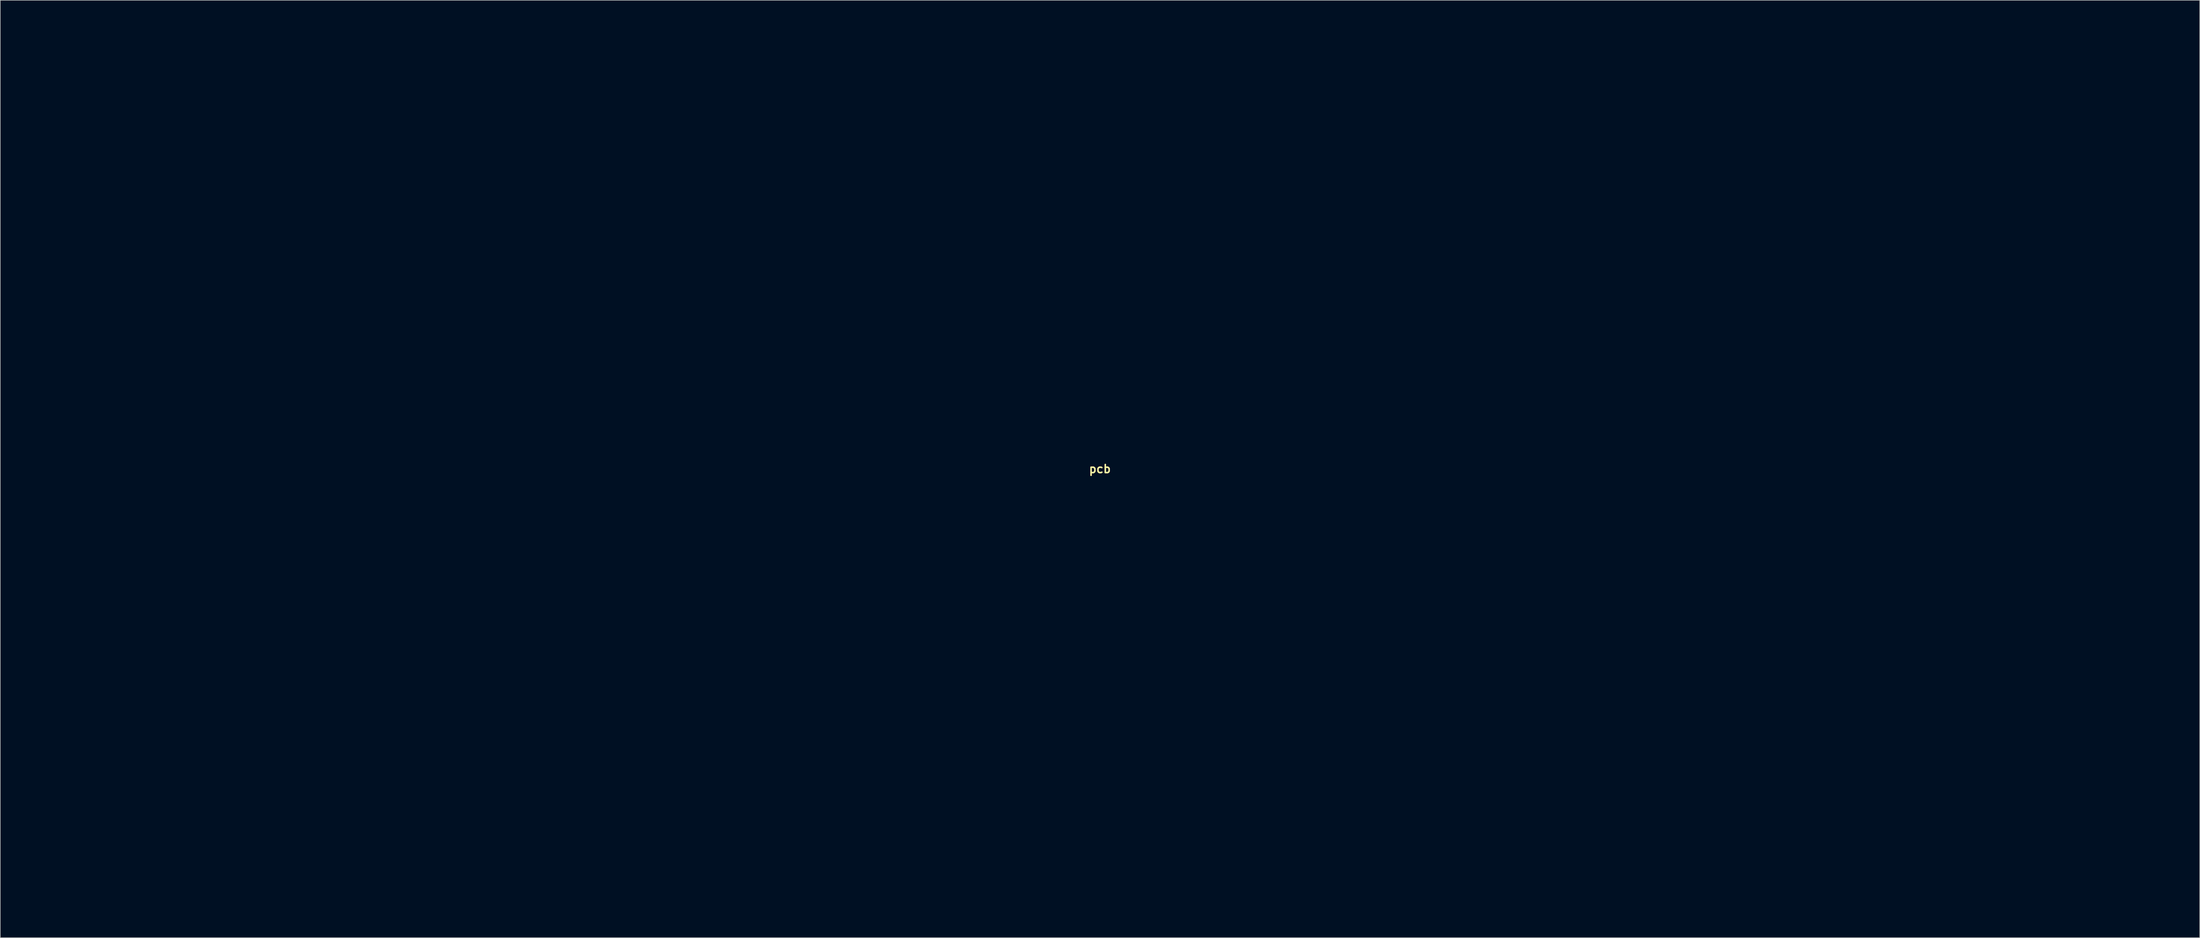
<source format=kicad_pcb>
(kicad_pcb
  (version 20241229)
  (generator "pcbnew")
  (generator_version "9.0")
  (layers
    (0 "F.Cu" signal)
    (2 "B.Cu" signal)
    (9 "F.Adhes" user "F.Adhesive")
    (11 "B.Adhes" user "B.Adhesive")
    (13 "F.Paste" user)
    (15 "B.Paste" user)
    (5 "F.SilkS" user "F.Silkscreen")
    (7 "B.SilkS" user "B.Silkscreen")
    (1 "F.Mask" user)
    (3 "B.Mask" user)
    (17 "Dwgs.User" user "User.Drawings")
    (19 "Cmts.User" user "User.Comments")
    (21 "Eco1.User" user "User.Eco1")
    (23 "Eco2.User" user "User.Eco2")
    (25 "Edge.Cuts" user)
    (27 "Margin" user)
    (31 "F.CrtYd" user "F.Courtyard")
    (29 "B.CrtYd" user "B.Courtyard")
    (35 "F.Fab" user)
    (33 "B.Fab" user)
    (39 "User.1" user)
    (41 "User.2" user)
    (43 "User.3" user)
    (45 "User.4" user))
  (footprint "pcb"
    (layer "F.Cu")
    (at 204.475 85.501)
    (property "Reference" "pcb" (at 0 0 0) (layer "F.SilkS") (effects (font (size 1.524 1.524) (thickness 0.3))))
    (attr through_hole)
    (fp_poly (pts (xy 41.193 -85.496) (xy 45.859 -85.496) (xy 50.496 -85.496) (xy 55.101 -85.496) (xy 59.671 -85.495) (xy 64.202 -85.495) (xy 68.692 -85.495) (xy 73.138 -85.494) (xy 77.536 -85.494) (xy 81.884 -85.493) (xy 86.179 -85.493) (xy 90.418 -85.492) (xy 94.597 -85.492) (xy 98.714 -85.491) (xy 102.766 -85.49) (xy 106.749 -85.489) (xy 110.661 -85.488) (xy 114.498 -85.487) (xy 118.259 -85.486) (xy 121.938 -85.485) (xy 125.535 -85.484) (xy 129.045 -85.483) (xy 132.466 -85.482) (xy 135.794 -85.48) (xy 139.027 -85.479) (xy 142.161 -85.478) (xy 145.194 -85.476) (xy 148.123 -85.475) (xy 150.944 -85.473) (xy 153.655 -85.471) (xy 156.252 -85.469) (xy 158.733 -85.468) (xy 161.094 -85.466) (xy 163.333 -85.464) (xy 165.446 -85.462) (xy 167.431 -85.46) (xy 169.284 -85.458) (xy 171.003 -85.456) (xy 172.584 -85.453) (xy 174.025 -85.451) (xy 175.322 -85.449) (xy 176.473 -85.446) (xy 177.474 -85.444) (xy 178.322 -85.441) (xy 179.015 -85.439) (xy 179.549 -85.436) (xy 179.922 -85.433) (xy 180.13 -85.43) (xy 180.171 -85.429) (xy 180.664 -85.392) (xy 181.119 -85.349) (xy 181.499 -85.306) (xy 181.769 -85.266) (xy 181.864 -85.244) (xy 182.033 -85.189) (xy 182.196 -85.123) (xy 182.395 -85.029) (xy 182.671 -84.887) (xy 182.963 -84.732) (xy 183.435 -84.409) (xy 183.915 -83.949) (xy 184.374 -83.38) (xy 184.537 -83.143) (xy 184.811 -82.689) (xy 185.024 -82.245) (xy 185.213 -81.736) (xy 185.278 -81.534) (xy 185.294 -81.41) (xy 185.309 -81.141) (xy 185.324 -80.724) (xy 185.337 -80.159) (xy 185.35 -79.442) (xy 185.363 -78.57) (xy 185.375 -77.542) (xy 185.386 -76.356) (xy 185.397 -75.008) (xy 185.407 -73.497) (xy 185.417 -71.821) (xy 185.422 -70.824) (xy 185.43 -69.253) (xy 185.438 -67.844) (xy 185.445 -66.586) (xy 185.453 -65.471) (xy 185.461 -64.49) (xy 185.469 -63.635) (xy 185.477 -62.896) (xy 185.486 -62.265) (xy 185.496 -61.733) (xy 185.506 -61.292) (xy 185.518 -60.932) (xy 185.531 -60.645) (xy 185.545 -60.421) (xy 185.56 -60.253) (xy 185.577 -60.131) (xy 185.596 -60.047) (xy 185.602 -60.029) (xy 185.952 -59.21) (xy 186.415 -58.476) (xy 186.974 -57.848) (xy 187.611 -57.348) (xy 187.945 -57.158) (xy 188.311 -56.984) (xy 188.663 -56.837) (xy 188.967 -56.727) (xy 189.188 -56.669) (xy 189.289 -56.673) (xy 189.39 -56.677) (xy 189.556 -56.628) (xy 189.688 -56.591) (xy 189.888 -56.56) (xy 190.167 -56.534) (xy 190.538 -56.512) (xy 191.01 -56.495) (xy 191.596 -56.483) (xy 192.306 -56.474) (xy 193.152 -56.468) (xy 194.144 -56.466) (xy 195.284 -56.466) (xy 196.176 -56.466) (xy 197.018 -56.46) (xy 197.79 -56.451) (xy 198.472 -56.439) (xy 199.045 -56.423) (xy 199.491 -56.404) (xy 199.788 -56.383) (xy 199.813 -56.38) (xy 200.633 -56.247) (xy 201.333 -56.039) (xy 201.953 -55.736) (xy 202.532 -55.322) (xy 202.979 -54.912) (xy 203.318 -54.504) (xy 203.655 -53.975) (xy 203.966 -53.371) (xy 204.226 -52.737) (xy 204.358 -52.324) (xy 204.368 -52.286) (xy 204.377 -52.239) (xy 204.386 -52.18) (xy 204.394 -52.104) (xy 204.402 -52.009) (xy 204.41 -51.891) (xy 204.417 -51.746) (xy 204.424 -51.57) (xy 204.43 -51.361) (xy 204.437 -51.114) (xy 204.443 -50.825) (xy 204.448 -50.492) (xy 204.453 -50.11) (xy 204.458 -49.676) (xy 204.463 -49.186) (xy 204.467 -48.637) (xy 204.471 -48.026) (xy 204.475 -47.347) (xy 204.479 -46.599) (xy 204.482 -45.776) (xy 204.485 -44.877) (xy 204.488 -43.896) (xy 204.491 -42.831) (xy 204.493 -41.678) (xy 204.495 -40.433) (xy 204.497 -39.092) (xy 204.499 -37.653) (xy 204.5 -36.111) (xy 204.501 -34.462) (xy 204.503 -32.704) (xy 204.504 -30.833) (xy 204.505 -28.844) (xy 204.505 -26.735) (xy 204.506 -24.502) (xy 204.506 -22.14) (xy 204.507 -19.648) (xy 204.507 -17.02) (xy 204.507 -14.253) (xy 204.507 -11.344) (xy 204.507 -8.29) (xy 204.506 -5.085) (xy 204.506 -1.728) (xy 204.506 1.786) (xy 204.505 5.46) (xy 204.505 9.299) (xy 204.505 11.261) (xy 204.504 15.319) (xy 204.504 19.211) (xy 204.503 22.939) (xy 204.502 26.508) (xy 204.501 29.92) (xy 204.5 33.178) (xy 204.499 36.285) (xy 204.498 39.245) (xy 204.497 42.06) (xy 204.495 44.733) (xy 204.493 47.269) (xy 204.492 49.669) (xy 204.49 51.937) (xy 204.488 54.076) (xy 204.486 56.089) (xy 204.483 57.979) (xy 204.481 59.75) (xy 204.478 61.404) (xy 204.475 62.945) (xy 204.472 64.375) (xy 204.469 65.698) (xy 204.465 66.916) (xy 204.462 68.034) (xy 204.458 69.053) (xy 204.454 69.978) (xy 204.45 70.811) (xy 204.445 71.555) (xy 204.44 72.214) (xy 204.435 72.79) (xy 204.43 73.287) (xy 204.425 73.707) (xy 204.419 74.054) (xy 204.413 74.332) (xy 204.407 74.542) (xy 204.4 74.688) (xy 204.394 74.774) (xy 204.391 74.792) (xy 204.346 74.979) (xy 204.289 75.139) (xy 204.201 75.299) (xy 204.065 75.483) (xy 203.861 75.717) (xy 203.572 76.026) (xy 203.255 76.354) (xy 202.903 76.717) (xy 202.575 77.05) (xy 202.298 77.329) (xy 202.095 77.528) (xy 202.006 77.611) (xy 201.878 77.731) (xy 201.651 77.95) (xy 201.346 78.25) (xy 200.982 78.609) (xy 200.581 79.007) (xy 200.163 79.424) (xy 199.748 79.839) (xy 199.357 80.233) (xy 199.009 80.584) (xy 198.726 80.873) (xy 198.527 81.079) (xy 198.451 81.161) (xy 198.279 81.345) (xy 198.018 81.613) (xy 197.687 81.946) (xy 197.304 82.327) (xy 196.886 82.737) (xy 196.453 83.161) (xy 196.023 83.579) (xy 195.613 83.974) (xy 195.241 84.328) (xy 194.927 84.624) (xy 194.688 84.844) (xy 194.542 84.971) (xy 194.511 84.992) (xy 194.432 85.03) (xy 194.342 85.063) (xy 194.233 85.094) (xy 194.095 85.121) (xy 193.92 85.145) (xy 193.701 85.167) (xy 193.427 85.186) (xy 193.091 85.203) (xy 192.685 85.218) (xy 192.198 85.231) (xy 191.624 85.242) (xy 190.953 85.252) (xy 190.177 85.261) (xy 189.287 85.269) (xy 188.275 85.276) (xy 187.132 85.282) (xy 185.849 85.288) (xy 184.418 85.294) (xy 182.831 85.3) (xy 181.991 85.303) (xy 181.123 85.306) (xy 180.123 85.309) (xy 178.999 85.312) (xy 177.759 85.316) (xy 176.412 85.32) (xy 174.965 85.324) (xy 173.426 85.328) (xy 171.804 85.332) (xy 170.107 85.336) (xy 168.342 85.341) (xy 166.518 85.345) (xy 164.643 85.35) (xy 162.726 85.354) (xy 160.773 85.359) (xy 158.793 85.363) (xy 156.795 85.368) (xy 154.785 85.372) (xy 152.774 85.377) (xy 150.767 85.381) (xy 148.775 85.385) (xy 146.804 85.39) (xy 144.863 85.394) (xy 142.959 85.398) (xy 141.102 85.401) (xy 139.298 85.405) (xy 137.557 85.408) (xy 135.886 85.412) (xy 134.293 85.415) (xy 132.786 85.417) (xy 131.374 85.42) (xy 130.064 85.422) (xy 128.865 85.424) (xy 127.784 85.425) (xy 126.831 85.427) (xy 126.012 85.427) (xy 125.336 85.428) (xy 124.811 85.428) (xy 124.445 85.428) (xy 124.375 85.428) (xy 123.128 85.425) (xy 121.789 85.423) (xy 120.377 85.421) (xy 118.908 85.42) (xy 117.399 85.419) (xy 115.866 85.419) (xy 114.326 85.419) (xy 112.796 85.419) (xy 111.292 85.42) (xy 109.832 85.422) (xy 108.432 85.423) (xy 107.109 85.425) (xy 105.879 85.428) (xy 104.76 85.431) (xy 103.767 85.434) (xy 102.918 85.438) (xy 102.531 85.44) (xy 102.193 85.441) (xy 101.698 85.443) (xy 101.055 85.444) (xy 100.278 85.444) (xy 99.378 85.445) (xy 98.365 85.446) (xy 97.252 85.446) (xy 96.05 85.446) (xy 94.77 85.446) (xy 93.425 85.446) (xy 92.024 85.445) (xy 90.581 85.445) (xy 89.106 85.444) (xy 87.672 85.443) (xy 85.006 85.441) (xy 82.487 85.439) (xy 80.096 85.438) (xy 77.811 85.438) (xy 75.611 85.437) (xy 73.475 85.438) (xy 71.382 85.438) (xy 69.31 85.439) (xy 67.239 85.441) (xy 65.148 85.443) (xy 63.015 85.446) (xy 60.82 85.449) (xy 58.541 85.453) (xy 56.158 85.457) (xy 54.032 85.462) (xy 52.885 85.463) (xy 51.785 85.464) (xy 50.747 85.463) (xy 49.78 85.461) (xy 48.897 85.459) (xy 48.11 85.455) (xy 47.43 85.45) (xy 46.87 85.445) (xy 46.44 85.438) (xy 46.153 85.431) (xy 46.02 85.424) (xy 46.012 85.421) (xy 45.915 85.401) (xy 45.713 85.416) (xy 45.616 85.431) (xy 45.503 85.436) (xy 45.228 85.441) (xy 44.797 85.446) (xy 44.215 85.45) (xy 43.49 85.454) (xy 42.627 85.458) (xy 41.634 85.461) (xy 40.517 85.465) (xy 39.282 85.467) (xy 37.935 85.47) (xy 36.484 85.472) (xy 34.934 85.474) (xy 33.292 85.476) (xy 31.564 85.477) (xy 29.758 85.477) (xy 27.878 85.478) (xy 25.932 85.478) (xy 23.926 85.477) (xy 21.867 85.477) (xy 19.761 85.475) (xy 18.076 85.474) (xy 15.451 85.472) (xy 12.99 85.469) (xy 10.688 85.467) (xy 8.541 85.464) (xy 6.544 85.461) (xy 4.692 85.458) (xy 2.98 85.455) (xy 1.403 85.452) (xy -0.044 85.448) (xy -1.366 85.444) (xy -2.567 85.439) (xy -3.652 85.435) (xy -4.627 85.43) (xy -5.497 85.424) (xy -6.265 85.419) (xy -6.937 85.413) (xy -7.519 85.406) (xy -8.014 85.399) (xy -8.427 85.391) (xy -8.765 85.383) (xy -9.031 85.374) (xy -9.23 85.365) (xy -9.367 85.355) (xy -9.448 85.345) (xy -9.464 85.341) (xy -9.932 85.111) (xy -10.348 84.724) (xy -10.707 84.186) (xy -10.845 83.905) (xy -10.877 83.752) (xy -10.909 83.457) (xy -10.938 83.048) (xy -10.962 82.55) (xy -10.98 82) (xy -11.006 81.226) (xy -11.045 80.594) (xy -11.1 80.076) (xy -11.177 79.645) (xy -11.28 79.273) (xy -11.413 78.933) (xy -11.478 78.793) (xy -11.889 78.139) (xy -12.434 77.56) (xy -13.085 77.081) (xy -13.814 76.725) (xy -13.895 76.696) (xy -14.257 76.6) (xy -14.677 76.538) (xy -15.11 76.511) (xy -15.514 76.52) (xy -15.846 76.565) (xy -16.063 76.647) (xy -16.085 76.664) (xy -16.272 76.77) (xy -16.392 76.793) (xy -16.571 76.854) (xy -16.702 76.962) (xy -16.88 77.092) (xy -17.03 77.131) (xy -17.277 77.181) (xy -17.584 77.312) (xy -17.912 77.499) (xy -18.226 77.718) (xy -18.488 77.943) (xy -18.661 78.148) (xy -18.711 78.285) (xy -18.78 78.418) (xy -18.845 78.458) (xy -18.959 78.568) (xy -19.101 78.8) (xy -19.251 79.113) (xy -19.388 79.465) (xy -19.48 79.765) (xy -19.511 79.958) (xy -19.543 80.29) (xy -19.574 80.731) (xy -19.602 81.249) (xy -19.626 81.815) (xy -19.633 82.044) (xy -19.652 82.663) (xy -19.669 83.136) (xy -19.688 83.487) (xy -19.712 83.741) (xy -19.742 83.922) (xy -19.782 84.053) (xy -19.835 84.159) (xy -19.892 84.246) (xy -20.202 84.629) (xy -20.567 84.975) (xy -20.943 85.248) (xy -21.288 85.414) (xy -21.347 85.43) (xy -21.418 85.436) (xy -21.586 85.442) (xy -21.853 85.447) (xy -22.219 85.452) (xy -22.689 85.457) (xy -23.263 85.461) (xy -23.944 85.465) (xy -24.734 85.47) (xy -25.635 85.473) (xy -26.649 85.477) (xy -27.778 85.48) (xy -29.024 85.484) (xy -30.39 85.487) (xy -31.878 85.489) (xy -33.489 85.492) (xy -35.226 85.494) (xy -37.09 85.496) (xy -39.085 85.498) (xy -41.211 85.5) (xy -43.472 85.501) (xy -45.869 85.503) (xy -48.405 85.504) (xy -51.081 85.504) (xy -53.899 85.505) (xy -56.862 85.505) (xy -59.972 85.506) (xy -63.231 85.506) (xy -66.64 85.506) (xy -70.203 85.505) (xy -73.921 85.505) (xy -77.796 85.504) (xy -81.831 85.503) (xy -86.027 85.502) (xy -90.387 85.501) (xy -94.912 85.499) (xy -98.309 85.498) (xy -101.906 85.497) (xy -105.463 85.495) (xy -108.975 85.494) (xy -112.439 85.493) (xy -115.85 85.491) (xy -119.205 85.49) (xy -122.5 85.489) (xy -125.731 85.487) (xy -128.895 85.486) (xy -131.988 85.484) (xy -135.006 85.483) (xy -137.945 85.481) (xy -140.801 85.48) (xy -143.571 85.478) (xy -146.251 85.477) (xy -148.837 85.475) (xy -151.325 85.474) (xy -153.712 85.472) (xy -155.993 85.471) (xy -158.166 85.469) (xy -160.225 85.468) (xy -162.168 85.467) (xy -163.991 85.465) (xy -165.689 85.464) (xy -167.259 85.462) (xy -168.698 85.461) (xy -170.001 85.46) (xy -171.164 85.459) (xy -172.185 85.457) (xy -173.059 85.456) (xy -173.782 85.455) (xy -174.35 85.454) (xy -174.76 85.453) (xy -175.009 85.452) (xy -175.091 85.451) (xy -175.202 85.448) (xy -175.472 85.445) (xy -175.889 85.441) (xy -176.442 85.437) (xy -177.119 85.433) (xy -177.911 85.429) (xy -178.806 85.425) (xy -179.792 85.42) (xy -180.859 85.416) (xy -181.996 85.412) (xy -183.191 85.407) (xy -184.434 85.403) (xy -184.7 85.403) (xy -186.283 85.397) (xy -187.703 85.392) (xy -188.966 85.385) (xy -190.08 85.378) (xy -191.05 85.37) (xy -191.882 85.361) (xy -192.584 85.351) (xy -193.162 85.34) (xy -193.621 85.328) (xy -193.97 85.314) (xy -194.213 85.299) (xy -194.357 85.283) (xy -194.394 85.275) (xy -194.491 85.218) (xy -194.657 85.087) (xy -194.896 84.878) (xy -195.215 84.584) (xy -195.62 84.202) (xy -196.114 83.725) (xy -196.705 83.148) (xy -197.397 82.466) (xy -198.195 81.675) (xy -199.106 80.768) (xy -199.25 80.624) (xy -199.988 79.886) (xy -200.698 79.174) (xy -201.369 78.499) (xy -201.992 77.872) (xy -202.499 77.358) (xy -196.156 77.358) (xy -196.153 77.389) (xy -196.031 77.871) (xy -195.785 78.268) (xy -195.442 78.567) (xy -195.03 78.753) (xy -194.579 78.814) (xy -194.116 78.736) (xy -193.733 78.549) (xy -193.379 78.223) (xy -193.155 77.825) (xy -193.06 77.387) (xy -193.09 76.94) (xy -193.244 76.516) (xy -193.52 76.149) (xy -193.914 75.869) (xy -193.929 75.861) (xy -194.396 75.718) (xy -194.857 75.724) (xy -195.286 75.861) (xy -195.656 76.111) (xy -195.942 76.455) (xy -196.117 76.877) (xy -196.156 77.358) (xy -202.499 77.358) (xy -202.556 77.301) (xy -203.05 76.798) (xy -203.466 76.372) (xy -203.793 76.035) (xy -204.02 75.796) (xy -204.137 75.666) (xy -204.14 75.663) (xy -204.47 75.253) (xy -204.47 73.351) (xy -133.082 73.351) (xy -133.022 73.886) (xy -132.851 74.378) (xy -132.8 74.472) (xy -132.556 74.795) (xy -132.24 75.089) (xy -131.904 75.311) (xy -131.636 75.413) (xy -131.467 75.469) (xy -131.403 75.533) (xy -131.327 75.576) (xy -131.132 75.602) (xy -130.979 75.607) (xy -130.738 75.592) (xy -130.585 75.553) (xy -130.556 75.523) (xy -130.487 75.448) (xy -130.426 75.438) (xy -130.214 75.385) (xy -129.939 75.25) (xy -129.659 75.065) (xy -129.442 74.874) (xy -129.222 74.581) (xy -129.021 74.213) (xy -128.866 73.831) (xy -128.809 73.597) (xy 0.954 73.597) (xy 1.088 74.09) (xy 1.13 74.189) (xy 1.331 74.534) (xy 1.609 74.869) (xy 1.923 75.153) (xy 2.229 75.345) (xy 2.376 75.397) (xy 2.552 75.458) (xy 2.625 75.529) (xy 2.625 75.529) (xy 2.701 75.572) (xy 2.899 75.6) (xy 3.09 75.607) (xy 3.345 75.595) (xy 3.515 75.561) (xy 3.556 75.529) (xy 3.629 75.458) (xy 3.804 75.397) (xy 3.804 75.397) (xy 4.077 75.276) (xy 4.385 75.044) (xy 4.686 74.744) (xy 4.694 74.733) (xy 197.629 74.733) (xy 197.631 74.764) (xy 197.753 75.246) (xy 198 75.644) (xy 198.343 75.942) (xy 198.755 76.129) (xy 199.206 76.19) (xy 199.669 76.111) (xy 200.052 75.924) (xy 200.406 75.599) (xy 200.63 75.201) (xy 200.725 74.762) (xy 200.694 74.315) (xy 200.54 73.892) (xy 200.265 73.524) (xy 199.871 73.244) (xy 199.856 73.237) (xy 199.389 73.094) (xy 198.928 73.1) (xy 198.499 73.236) (xy 198.128 73.486) (xy 197.842 73.831) (xy 197.667 74.252) (xy 197.629 74.733) (xy 4.694 74.733) (xy 4.937 74.414) (xy 5.049 74.214) (xy 5.219 73.678) (xy 5.221 73.149) (xy 5.135 72.87) (xy 11.531 72.87) (xy 11.534 72.901) (xy 11.656 73.384) (xy 11.903 73.781) (xy 12.246 74.08) (xy 12.657 74.266) (xy 13.109 74.327) (xy 13.572 74.248) (xy 13.955 74.061) (xy 14.309 73.736) (xy 14.532 73.338) (xy 14.628 72.9) (xy 14.597 72.452) (xy 14.443 72.029) (xy 14.168 71.661) (xy 13.774 71.382) (xy 13.758 71.374) (xy 13.291 71.231) (xy 12.83 71.237) (xy 12.401 71.374) (xy 12.031 71.623) (xy 11.745 71.968) (xy 11.57 72.39) (xy 11.531 72.87) (xy 5.135 72.87) (xy 5.056 72.612) (xy 5.047 72.595) (xy 4.727 72.08) (xy 4.321 71.693) (xy 3.855 71.436) (xy 3.353 71.307) (xy 2.839 71.306) (xy 2.337 71.433) (xy 1.872 71.688) (xy 1.468 72.071) (xy 1.15 72.581) (xy 1.13 72.625) (xy 0.968 73.126) (xy 0.954 73.597) (xy -128.809 73.597) (xy -128.784 73.497) (xy -128.778 73.405) (xy -128.832 73.086) (xy -128.975 72.704) (xy -129.179 72.317) (xy -129.414 71.982) (xy -129.565 71.824) (xy -130.039 71.51) (xy -130.556 71.34) (xy -131.088 71.307) (xy -131.61 71.404) (xy -132.092 71.621) (xy -132.509 71.95) (xy -132.834 72.385) (xy -133.021 72.848) (xy -133.082 73.351) (xy -204.47 73.351) (xy -204.47 62.686) (xy -180.739 62.686) (xy -180.6 62.965) (xy -180.446 63.152) (xy -180.158 63.408) (xy -179.896 63.502) (xy -179.637 63.436) (xy -179.358 63.212) (xy -179.354 63.208) (xy -179.137 62.887) (xy -179.077 62.592) (xy -68.58 62.592) (xy -68.512 62.83) (xy -68.339 63.087) (xy -68.107 63.314) (xy -67.862 63.465) (xy -67.712 63.499) (xy -67.543 63.475) (xy -67.479 63.421) (xy -67.409 63.335) (xy -67.309 63.288) (xy -67.133 63.158) (xy -66.983 62.923) (xy -66.896 62.648) (xy -66.891 62.593) (xy 34.205 62.593) (xy 34.271 62.814) (xy 34.439 63.062) (xy 34.664 63.29) (xy 34.9 63.451) (xy 35.073 63.5) (xy 35.242 63.473) (xy 35.306 63.415) (xy 35.374 63.339) (xy 35.427 63.331) (xy 35.586 63.257) (xy 35.742 63.072) (xy 35.858 62.831) (xy 35.899 62.611) (xy 35.855 62.426) (xy 53.367 62.426) (xy 53.367 62.695) (xy 53.516 62.982) (xy 53.657 63.152) (xy 53.945 63.408) (xy 54.207 63.502) (xy 54.467 63.436) (xy 54.746 63.212) (xy 54.75 63.208) (xy 54.967 62.887) (xy 55.026 62.593) (xy 72.39 62.593) (xy 72.456 62.814) (xy 72.624 63.062) (xy 72.849 63.29) (xy 73.085 63.451) (xy 73.258 63.5) (xy 73.427 63.473) (xy 73.491 63.415) (xy 73.559 63.339) (xy 73.612 63.331) (xy 73.771 63.257) (xy 73.927 63.072) (xy 74.043 62.831) (xy 74.071 62.679) (xy 91.634 62.679) (xy 91.78 62.973) (xy 91.927 63.152) (xy 92.214 63.408) (xy 92.476 63.502) (xy 92.736 63.436) (xy 93.015 63.212) (xy 93.019 63.208) (xy 93.216 62.961) (xy 93.296 62.724) (xy 93.303 62.612) (xy 93.268 62.426) (xy 132.784 62.426) (xy 132.785 62.695) (xy 132.934 62.982) (xy 133.075 63.152) (xy 133.362 63.408) (xy 133.624 63.502) (xy 133.884 63.436) (xy 134.163 63.212) (xy 134.167 63.208) (xy 134.384 62.887) (xy 134.452 62.55) (xy 134.435 62.479) (xy 161.562 62.479) (xy 161.583 62.793) (xy 161.76 63.086) (xy 161.796 63.122) (xy 161.964 63.284) (xy 162.074 63.391) (xy 162.212 63.462) (xy 162.399 63.494) (xy 162.566 63.483) (xy 162.644 63.427) (xy 162.645 63.421) (xy 162.715 63.335) (xy 162.815 63.288) (xy 162.992 63.157) (xy 163.141 62.921) (xy 163.228 62.643) (xy 163.237 62.532) (xy 163.166 62.293) (xy 162.985 62.049) (xy 162.743 61.851) (xy 162.518 61.758) (xy 162.262 61.764) (xy 161.987 61.896) (xy 161.968 61.909) (xy 161.692 62.174) (xy 161.562 62.479) (xy 134.435 62.479) (xy 134.375 62.231) (xy 134.159 61.965) (xy 133.97 61.848) (xy 133.623 61.769) (xy 133.284 61.844) (xy 132.992 62.062) (xy 132.928 62.143) (xy 132.784 62.426) (xy 93.268 62.426) (xy 93.235 62.248) (xy 93.053 61.978) (xy 92.792 61.814) (xy 92.484 61.766) (xy 92.163 61.845) (xy 91.863 62.062) (xy 91.803 62.13) (xy 91.643 62.406) (xy 91.634 62.679) (xy 74.071 62.679) (xy 74.083 62.611) (xy 74.008 62.297) (xy 73.814 62.01) (xy 73.545 61.812) (xy 73.51 61.798) (xy 73.209 61.766) (xy 72.903 61.864) (xy 72.635 62.062) (xy 72.45 62.328) (xy 72.39 62.593) (xy 55.026 62.593) (xy 55.034 62.55) (xy 54.958 62.231) (xy 54.742 61.965) (xy 54.553 61.848) (xy 54.206 61.769) (xy 53.866 61.844) (xy 53.575 62.062) (xy 53.511 62.143) (xy 53.367 62.426) (xy 35.855 62.426) (xy 35.824 62.297) (xy 35.629 62.01) (xy 35.36 61.812) (xy 35.325 61.798) (xy 35.024 61.766) (xy 34.718 61.864) (xy 34.45 62.062) (xy 34.265 62.328) (xy 34.205 62.593) (xy -66.891 62.593) (xy -66.887 62.537) (xy -66.957 62.291) (xy -67.136 62.041) (xy -67.374 61.844) (xy -67.56 61.765) (xy -67.882 61.774) (xy -68.186 61.914) (xy -68.428 62.151) (xy -68.564 62.45) (xy -68.58 62.592) (xy -179.077 62.592) (xy -179.069 62.55) (xy -179.145 62.231) (xy -179.361 61.965) (xy -179.551 61.848) (xy -179.898 61.767) (xy -180.233 61.847) (xy -180.526 62.077) (xy -180.579 62.144) (xy -180.73 62.423) (xy -180.739 62.686) (xy -204.47 62.686) (xy -204.47 59.982) (xy -174.413 59.982) (xy -174.342 60.32) (xy -174.152 60.577) (xy -173.881 60.741) (xy -173.567 60.796) (xy -173.249 60.729) (xy -172.966 60.528) (xy -172.766 60.24) (xy -172.731 60.005) (xy -62.248 60.005) (xy -62.205 60.31) (xy -62.044 60.565) (xy -61.775 60.736) (xy -61.451 60.791) (xy -61.195 60.758) (xy -60.975 60.637) (xy -60.829 60.507) (xy -60.609 60.239) (xy -60.549 60.017) (xy 40.548 60.017) (xy 40.646 60.346) (xy 40.775 60.53) (xy 40.956 60.706) (xy 41.156 60.779) (xy 41.357 60.791) (xy 41.63 60.763) (xy 41.839 60.654) (xy 41.985 60.521) (xy 42.189 60.249) (xy 42.236 60.014) (xy 59.677 60.014) (xy 59.77 60.328) (xy 59.937 60.543) (xy 60.248 60.753) (xy 60.581 60.801) (xy 60.912 60.687) (xy 61.119 60.521) (xy 61.328 60.24) (xy 61.371 60.017) (xy 78.733 60.017) (xy 78.831 60.346) (xy 78.959 60.53) (xy 79.141 60.706) (xy 79.34 60.779) (xy 79.542 60.791) (xy 79.815 60.763) (xy 80.024 60.654) (xy 80.169 60.521) (xy 80.374 60.249) (xy 80.426 59.988) (xy 80.424 59.982) (xy 97.959 59.982) (xy 98.031 60.32) (xy 98.221 60.577) (xy 98.492 60.741) (xy 98.805 60.796) (xy 99.124 60.729) (xy 99.407 60.528) (xy 99.607 60.24) (xy 99.64 60.014) (xy 139.095 60.014) (xy 139.187 60.328) (xy 139.355 60.543) (xy 139.666 60.752) (xy 140.003 60.801) (xy 140.337 60.69) (xy 140.54 60.53) (xy 140.75 60.25) (xy 140.79 60.029) (xy 167.867 60.029) (xy 167.937 60.353) (xy 168.102 60.583) (xy 168.392 60.765) (xy 168.723 60.798) (xy 169.062 60.684) (xy 169.295 60.507) (xy 169.515 60.239) (xy 169.582 59.992) (xy 169.496 59.735) (xy 169.255 59.443) (xy 169.249 59.436) (xy 169.045 59.267) (xy 181.741 59.267) (xy 181.767 59.53) (xy 181.873 59.725) (xy 182.015 59.868) (xy 182.327 60.071) (xy 182.626 60.107) (xy 182.926 59.975) (xy 183.1 59.825) (xy 183.323 59.529) (xy 183.384 59.229) (xy 183.288 58.896) (xy 183.267 58.856) (xy 183.045 58.586) (xy 182.75 58.45) (xy 182.421 58.452) (xy 182.098 58.599) (xy 182.015 58.665) (xy 181.83 58.865) (xy 181.753 59.071) (xy 181.741 59.267) (xy 169.045 59.267) (xy 168.957 59.194) (xy 168.701 59.106) (xy 168.452 59.17) (xy 168.19 59.373) (xy 167.952 59.693) (xy 167.867 60.029) (xy 140.79 60.029) (xy 140.799 59.976) (xy 140.689 59.689) (xy 140.475 59.429) (xy 140.189 59.189) (xy 139.934 59.105) (xy 139.678 59.176) (xy 139.41 59.382) (xy 139.169 59.695) (xy 139.095 60.014) (xy 99.64 60.014) (xy 99.648 59.961) (xy 99.528 59.671) (xy 99.327 59.429) (xy 99.041 59.189) (xy 98.786 59.105) (xy 98.53 59.176) (xy 98.262 59.382) (xy 98.063 59.602) (xy 97.974 59.806) (xy 97.959 59.982) (xy 80.424 59.982) (xy 80.324 59.713) (xy 80.111 59.443) (xy 79.83 59.195) (xy 79.578 59.103) (xy 79.325 59.167) (xy 79.042 59.382) (xy 78.803 59.694) (xy 78.733 60.017) (xy 61.371 60.017) (xy 61.38 59.971) (xy 61.273 59.691) (xy 61.058 59.429) (xy 60.771 59.189) (xy 60.516 59.105) (xy 60.261 59.176) (xy 59.992 59.382) (xy 59.752 59.695) (xy 59.677 60.014) (xy 42.236 60.014) (xy 42.241 59.988) (xy 42.139 59.713) (xy 41.926 59.443) (xy 41.645 59.195) (xy 41.393 59.103) (xy 41.14 59.167) (xy 40.858 59.382) (xy 40.619 59.694) (xy 40.548 60.017) (xy -60.549 60.017) (xy -60.542 59.992) (xy -60.628 59.735) (xy -60.869 59.443) (xy -60.875 59.436) (xy -61.167 59.194) (xy -61.423 59.106) (xy -61.672 59.17) (xy -61.934 59.373) (xy -62.161 59.682) (xy -62.248 60.005) (xy -172.731 60.005) (xy -172.725 59.961) (xy -172.844 59.671) (xy -173.045 59.429) (xy -173.332 59.189) (xy -173.587 59.105) (xy -173.842 59.176) (xy -174.111 59.382) (xy -174.31 59.602) (xy -174.398 59.806) (xy -174.413 59.982) (xy -204.47 59.982) (xy -204.47 57.78) (xy -132.595 57.78) (xy -132.577 58.274) (xy -132.434 58.728) (xy -132.43 58.736) (xy -132.137 59.139) (xy -131.746 59.423) (xy -131.289 59.577) (xy -130.799 59.592) (xy -130.306 59.457) (xy -130.215 59.415) (xy -129.892 59.192) (xy -129.611 58.895) (xy -129.583 58.857) (xy -129.435 58.616) (xy -129.358 58.392) (xy -129.33 58.108) (xy -129.328 57.954) (xy -129.336 57.757) (xy 1.462 57.757) (xy 1.474 58.235) (xy 1.619 58.681) (xy 1.878 59.068) (xy 2.236 59.368) (xy 2.674 59.555) (xy 3.072 59.605) (xy 3.383 59.58) (xy 3.673 59.516) (xy 3.749 59.488) (xy 4.048 59.302) (xy 4.343 59.025) (xy 4.574 58.719) (xy 4.651 58.563) (xy 4.737 58.133) (xy 4.698 57.681) (xy 4.552 57.245) (xy 4.316 56.863) (xy 4.008 56.574) (xy 3.676 56.421) (xy 3.521 56.356) (xy 3.471 56.294) (xy 3.396 56.249) (xy 3.204 56.222) (xy 3.09 56.219) (xy 2.863 56.234) (xy 2.727 56.272) (xy 2.709 56.294) (xy 2.638 56.369) (xy 2.504 56.421) (xy 2.211 56.563) (xy 1.916 56.816) (xy 1.674 57.132) (xy 1.598 57.273) (xy 1.462 57.757) (xy -129.336 57.757) (xy -129.341 57.626) (xy -129.393 57.39) (xy -129.507 57.172) (xy -129.582 57.062) (xy -129.807 56.807) (xy -130.074 56.587) (xy -130.175 56.525) (xy -130.385 56.404) (xy -130.52 56.307) (xy -130.542 56.282) (xy -130.634 56.241) (xy -130.822 56.222) (xy -131.041 56.223) (xy -131.227 56.245) (xy -131.317 56.286) (xy -131.318 56.293) (xy -131.391 56.361) (xy -131.551 56.414) (xy -131.802 56.529) (xy -132.075 56.752) (xy -132.32 57.036) (xy -132.483 57.319) (xy -132.595 57.78) (xy -204.47 57.78) (xy -204.47 52.971) (xy 179.084 52.971) (xy 179.154 53.224) (xy 179.338 53.469) (xy 179.54 53.66) (xy 179.732 53.745) (xy 179.951 53.761) (xy 180.206 53.735) (xy 180.403 53.673) (xy 180.432 53.655) (xy 180.669 53.379) (xy 180.76 53.051) (xy 180.704 52.707) (xy 180.499 52.383) (xy 180.48 52.362) (xy 180.203 52.137) (xy 179.946 52.069) (xy 179.685 52.16) (xy 179.397 52.411) (xy 179.392 52.416) (xy 179.163 52.713) (xy 179.084 52.971) (xy -204.47 52.971) (xy -204.47 43.397) (xy -190.246 43.397) (xy -190.195 43.674) (xy -190.067 43.935) (xy -189.897 44.116) (xy -189.824 44.153) (xy -189.686 44.229) (xy -189.653 44.286) (xy -189.58 44.342) (xy -189.402 44.365) (xy -189.399 44.365) (xy -189.221 44.342) (xy -189.145 44.287) (xy -189.145 44.286) (xy -189.076 44.198) (xy -188.994 44.159) (xy -188.85 44.057) (xy -188.702 43.872) (xy -188.69 43.851) (xy -188.579 43.521) (xy -188.604 43.292) (xy -168.714 43.292) (xy -168.713 43.561) (xy -168.564 43.847) (xy -168.423 44.017) (xy -168.136 44.273) (xy -167.874 44.367) (xy -167.614 44.302) (xy -167.335 44.077) (xy -167.331 44.073) (xy -167.114 43.752) (xy -167.046 43.415) (xy -167.05 43.397) (xy -147.151 43.397) (xy -147.1 43.674) (xy -146.972 43.935) (xy -146.802 44.116) (xy -146.728 44.153) (xy -146.591 44.229) (xy -146.558 44.286) (xy -146.495 44.365) (xy -146.335 44.362) (xy -146.125 44.289) (xy -145.908 44.158) (xy -145.841 44.102) (xy -145.579 43.78) (xy -145.485 43.445) (xy -145.486 43.435) (xy -128.185 43.435) (xy -128.145 43.611) (xy -128.011 43.819) (xy -127.765 44.081) (xy -127.55 44.281) (xy -127.346 44.359) (xy -127.087 44.301) (xy -126.807 44.116) (xy -126.791 44.102) (xy -126.6 43.887) (xy -126.47 43.666) (xy -126.449 43.6) (xy -126.453 43.474) (xy -109.135 43.474) (xy -109.107 43.634) (xy -109.051 43.688) (xy -108.976 43.757) (xy -108.966 43.819) (xy -108.898 43.946) (xy -108.734 44.082) (xy -108.713 44.094) (xy -108.542 44.208) (xy -108.46 44.295) (xy -108.459 44.302) (xy -108.394 44.371) (xy -108.234 44.362) (xy -108.024 44.288) (xy -107.812 44.161) (xy -107.744 44.105) (xy -107.493 43.815) (xy -107.398 43.528) (xy -107.413 43.435) (xy -90.001 43.435) (xy -89.96 43.611) (xy -89.826 43.819) (xy -89.58 44.081) (xy -89.366 44.281) (xy -89.161 44.359) (xy -88.902 44.301) (xy -88.622 44.116) (xy -88.606 44.102) (xy -88.346 43.787) (xy -88.256 43.474) (xy -70.951 43.474) (xy -70.929 43.634) (xy -70.886 43.688) (xy -70.807 43.756) (xy -70.738 43.879) (xy -70.594 44.065) (xy -70.464 44.153) (xy -70.318 44.24) (xy -70.273 44.301) (xy -70.21 44.37) (xy -70.05 44.362) (xy -69.841 44.288) (xy -69.629 44.162) (xy -69.559 44.105) (xy -69.308 43.815) (xy -69.213 43.528) (xy -69.229 43.435) (xy -51.816 43.435) (xy -51.775 43.611) (xy -51.641 43.819) (xy -51.396 44.081) (xy -51.181 44.281) (xy -50.977 44.359) (xy -50.717 44.301) (xy -50.437 44.116) (xy -50.421 44.102) (xy -50.161 43.787) (xy -50.072 43.474) (xy -32.766 43.474) (xy -32.744 43.634) (xy -32.701 43.688) (xy -32.622 43.756) (xy -32.553 43.879) (xy -32.409 44.065) (xy -32.279 44.153) (xy -32.133 44.24) (xy -32.089 44.301) (xy -32.025 44.37) (xy -31.865 44.362) (xy -31.656 44.288) (xy -31.444 44.162) (xy -31.374 44.105) (xy -31.123 43.815) (xy -31.029 43.528) (xy -31.044 43.435) (xy -13.631 43.435) (xy -13.591 43.611) (xy -13.457 43.819) (xy -13.211 44.081) (xy -12.996 44.281) (xy -12.792 44.359) (xy -12.533 44.301) (xy -12.253 44.116) (xy -12.237 44.102) (xy -12.046 43.887) (xy -11.916 43.666) (xy -11.895 43.6) (xy -11.901 43.397) (xy 5.588 43.397) (xy 5.639 43.674) (xy 5.767 43.935) (xy 5.937 44.116) (xy 6.01 44.153) (xy 6.148 44.229) (xy 6.181 44.286) (xy 6.244 44.365) (xy 6.403 44.362) (xy 6.614 44.289) (xy 6.83 44.158) (xy 6.898 44.102) (xy 7.16 43.78) (xy 7.254 43.445) (xy 7.246 43.397) (xy 24.723 43.397) (xy 24.773 43.674) (xy 24.901 43.935) (xy 25.071 44.116) (xy 25.145 44.153) (xy 25.282 44.229) (xy 25.315 44.286) (xy 25.388 44.344) (xy 25.54 44.365) (xy 25.787 44.284) (xy 26.082 44.042) (xy 26.091 44.033) (xy 26.273 43.817) (xy 26.392 43.62) (xy 26.416 43.531) (xy 26.39 43.405) (xy 48.514 43.405) (xy 48.564 43.61) (xy 48.687 43.844) (xy 48.847 44.051) (xy 49.005 44.179) (xy 49.069 44.196) (xy 49.179 44.243) (xy 49.191 44.281) (xy 49.253 44.369) (xy 49.408 44.37) (xy 49.615 44.296) (xy 49.829 44.159) (xy 49.924 44.073) (xy 50.112 43.843) (xy 50.194 43.623) (xy 50.2 43.544) (xy 72.499 43.544) (xy 72.646 43.838) (xy 72.792 44.017) (xy 73.08 44.273) (xy 73.342 44.367) (xy 73.601 44.302) (xy 73.88 44.077) (xy 73.884 44.073) (xy 74.097 43.794) (xy 74.164 43.544) (xy 91.634 43.544) (xy 91.78 43.838) (xy 91.927 44.017) (xy 92.214 44.273) (xy 92.476 44.367) (xy 92.736 44.302) (xy 93.015 44.077) (xy 93.019 44.073) (xy 93.216 43.826) (xy 93.296 43.589) (xy 93.303 43.478) (xy 93.288 43.397) (xy 123.275 43.397) (xy 123.325 43.674) (xy 123.453 43.935) (xy 123.623 44.116) (xy 123.697 44.153) (xy 123.834 44.229) (xy 123.867 44.286) (xy 123.94 44.344) (xy 124.092 44.365) (xy 124.331 44.288) (xy 124.621 44.055) (xy 124.653 44.023) (xy 124.846 43.812) (xy 124.938 43.654) (xy 124.954 43.491) (xy 124.939 43.371) (xy 124.918 43.315) (xy 142.445 43.315) (xy 142.453 43.595) (xy 142.557 43.873) (xy 142.725 44.087) (xy 142.851 44.159) (xy 142.978 44.236) (xy 143.002 44.286) (xy 143.076 44.342) (xy 143.253 44.365) (xy 143.256 44.365) (xy 143.434 44.342) (xy 143.51 44.287) (xy 143.51 44.286) (xy 143.58 44.2) (xy 143.68 44.153) (xy 143.872 44.014) (xy 144.014 43.768) (xy 144.065 43.529) (xy 161.544 43.529) (xy 161.611 43.723) (xy 161.782 43.949) (xy 162.007 44.161) (xy 162.241 44.314) (xy 162.412 44.364) (xy 162.581 44.34) (xy 162.645 44.286) (xy 162.715 44.2) (xy 162.815 44.153) (xy 162.992 44.023) (xy 163.141 43.787) (xy 163.228 43.509) (xy 163.237 43.397) (xy 163.166 43.158) (xy 162.985 42.914) (xy 162.744 42.718) (xy 162.518 42.626) (xy 162.2 42.648) (xy 161.909 42.804) (xy 161.682 43.06) (xy 161.557 43.382) (xy 161.544 43.529) (xy 144.065 43.529) (xy 144.077 43.476) (xy 144.067 43.31) (xy 143.936 42.985) (xy 143.711 42.767) (xy 143.427 42.654) (xy 143.123 42.648) (xy 142.835 42.748) (xy 142.6 42.954) (xy 142.455 43.266) (xy 142.445 43.315) (xy 124.918 43.315) (xy 124.813 43.021) (xy 124.587 42.775) (xy 124.299 42.642) (xy 123.983 42.637) (xy 123.675 42.769) (xy 123.52 42.908) (xy 123.365 43.129) (xy 123.28 43.345) (xy 123.275 43.397) (xy 93.288 43.397) (xy 93.235 43.113) (xy 93.053 42.844) (xy 92.792 42.679) (xy 92.484 42.631) (xy 92.163 42.711) (xy 91.863 42.927) (xy 91.803 42.995) (xy 91.643 43.271) (xy 91.634 43.544) (xy 74.164 43.544) (xy 74.168 43.531) (xy 74.168 43.519) (xy 74.1 43.14) (xy 73.92 42.858) (xy 73.659 42.685) (xy 73.351 42.631) (xy 73.028 42.709) (xy 72.726 42.93) (xy 72.668 42.995) (xy 72.508 43.271) (xy 72.499 43.544) (xy 50.2 43.544) (xy 50.207 43.434) (xy 50.131 43.079) (xy 49.921 42.798) (xy 49.606 42.631) (xy 49.587 42.626) (xy 49.352 42.628) (xy 49.086 42.713) (xy 48.855 42.852) (xy 48.725 43.013) (xy 48.723 43.019) (xy 48.647 43.151) (xy 48.593 43.18) (xy 48.535 43.253) (xy 48.514 43.405) (xy 26.39 43.405) (xy 26.345 43.191) (xy 26.157 42.902) (xy 25.889 42.699) (xy 25.578 42.617) (xy 25.442 42.626) (xy 25.189 42.735) (xy 24.952 42.939) (xy 24.78 43.185) (xy 24.723 43.397) (xy 7.246 43.397) (xy 7.202 43.152) (xy 7.03 42.902) (xy 6.761 42.712) (xy 6.459 42.621) (xy 6.308 42.626) (xy 6.054 42.735) (xy 5.817 42.939) (xy 5.645 43.185) (xy 5.588 43.397) (xy -11.901 43.397) (xy -11.905 43.288) (xy -12.046 42.998) (xy -12.282 42.768) (xy -12.574 42.634) (xy -12.866 42.629) (xy -13.086 42.733) (xy -13.316 42.923) (xy -13.51 43.151) (xy -13.621 43.367) (xy -13.631 43.435) (xy -31.044 43.435) (xy -31.081 43.211) (xy -31.107 43.144) (xy -31.3 42.864) (xy -31.579 42.678) (xy -31.893 42.616) (xy -32.001 42.629) (xy -32.237 42.741) (xy -32.473 42.945) (xy -32.664 43.191) (xy -32.762 43.425) (xy -32.766 43.474) (xy -50.072 43.474) (xy -50.069 43.466) (xy -50.145 43.136) (xy -50.161 43.103) (xy -50.375 42.837) (xy -50.666 42.665) (xy -50.978 42.618) (xy -51.051 42.629) (xy -51.27 42.733) (xy -51.501 42.923) (xy -51.695 43.151) (xy -51.806 43.367) (xy -51.816 43.435) (xy -69.229 43.435) (xy -69.266 43.211) (xy -69.292 43.144) (xy -69.485 42.864) (xy -69.764 42.678) (xy -70.077 42.616) (xy -70.185 42.629) (xy -70.421 42.741) (xy -70.658 42.945) (xy -70.849 43.191) (xy -70.946 43.425) (xy -70.951 43.474) (xy -88.256 43.474) (xy -88.254 43.466) (xy -88.329 43.136) (xy -88.346 43.103) (xy -88.56 42.837) (xy -88.851 42.665) (xy -89.162 42.618) (xy -89.235 42.629) (xy -89.455 42.733) (xy -89.685 42.923) (xy -89.88 43.151) (xy -89.99 43.367) (xy -90.001 43.435) (xy -107.413 43.435) (xy -107.45 43.211) (xy -107.476 43.144) (xy -107.669 42.864) (xy -107.949 42.678) (xy -108.262 42.616) (xy -108.37 42.629) (xy -108.606 42.741) (xy -108.843 42.945) (xy -109.033 43.191) (xy -109.131 43.425) (xy -109.135 43.474) (xy -126.453 43.474) (xy -126.459 43.288) (xy -126.6 42.998) (xy -126.836 42.768) (xy -127.128 42.634) (xy -127.42 42.629) (xy -127.64 42.733) (xy -127.87 42.923) (xy -128.064 43.151) (xy -128.175 43.367) (xy -128.185 43.435) (xy -145.486 43.435) (xy -145.536 43.152) (xy -145.708 42.902) (xy -145.978 42.712) (xy -146.28 42.621) (xy -146.431 42.626) (xy -146.685 42.735) (xy -146.922 42.939) (xy -147.093 43.185) (xy -147.151 43.397) (xy -167.05 43.397) (xy -167.123 43.097) (xy -167.339 42.831) (xy -167.528 42.713) (xy -167.875 42.634) (xy -168.214 42.71) (xy -168.506 42.928) (xy -168.57 43.009) (xy -168.714 43.292) (xy -188.604 43.292) (xy -188.614 43.198) (xy -188.773 42.918) (xy -189.035 42.718) (xy -189.377 42.634) (xy -189.413 42.634) (xy -189.671 42.662) (xy -189.868 42.774) (xy -190.001 42.908) (xy -190.155 43.129) (xy -190.24 43.345) (xy -190.246 43.397) (xy -204.47 43.397) (xy -204.47 40.775) (xy -183.936 40.775) (xy -183.9 41.092) (xy -183.892 41.118) (xy -183.717 41.429) (xy -183.441 41.607) (xy -183.111 41.656) (xy -182.856 41.622) (xy -182.633 41.495) (xy -182.495 41.372) (xy -182.275 41.105) (xy -182.214 40.879) (xy -162.403 40.879) (xy -162.311 41.194) (xy -162.143 41.409) (xy -161.833 41.618) (xy -161.499 41.666) (xy -161.169 41.553) (xy -160.961 41.386) (xy -160.752 41.105) (xy -160.703 40.849) (xy -140.862 40.849) (xy -140.81 41.153) (xy -140.648 41.402) (xy -140.407 41.577) (xy -140.116 41.659) (xy -139.805 41.628) (xy -139.503 41.465) (xy -139.429 41.398) (xy -139.264 41.209) (xy -139.204 41.036) (xy -139.215 40.82) (xy -121.811 40.82) (xy -121.801 41.019) (xy -121.644 41.344) (xy -121.389 41.561) (xy -121.075 41.658) (xy -120.744 41.625) (xy -120.435 41.451) (xy -120.389 41.409) (xy -120.195 41.139) (xy -120.142 40.922) (xy -120.154 40.86) (xy -102.759 40.86) (xy -102.747 41.028) (xy -102.615 41.335) (xy -102.377 41.547) (xy -102.074 41.651) (xy -101.748 41.637) (xy -101.439 41.494) (xy -101.339 41.409) (xy -101.161 41.17) (xy -101.092 40.941) (xy -101.092 40.939) (xy -101.113 40.82) (xy -83.626 40.82) (xy -83.616 41.019) (xy -83.459 41.344) (xy -83.204 41.561) (xy -82.891 41.658) (xy -82.559 41.625) (xy -82.25 41.451) (xy -82.205 41.409) (xy -82.011 41.139) (xy -81.958 40.922) (xy -81.969 40.86) (xy -64.574 40.86) (xy -64.563 41.028) (xy -64.43 41.335) (xy -64.192 41.547) (xy -63.89 41.651) (xy -63.563 41.637) (xy -63.255 41.494) (xy -63.155 41.409) (xy -62.976 41.17) (xy -62.907 40.941) (xy -62.907 40.939) (xy -62.929 40.82) (xy -45.441 40.82) (xy -45.432 41.019) (xy -45.275 41.344) (xy -45.019 41.561) (xy -44.706 41.658) (xy -44.375 41.625) (xy -44.065 41.451) (xy -44.02 41.409) (xy -43.826 41.139) (xy -43.773 40.922) (xy -43.784 40.86) (xy -26.389 40.86) (xy -26.378 41.028) (xy -26.246 41.335) (xy -26.008 41.547) (xy -25.705 41.651) (xy -25.379 41.637) (xy -25.07 41.494) (xy -24.97 41.409) (xy -24.792 41.17) (xy -24.723 40.941) (xy -24.723 40.939) (xy -24.737 40.86) (xy -7.255 40.86) (xy -7.243 41.028) (xy -7.111 41.335) (xy -6.873 41.547) (xy -6.57 41.651) (xy -6.244 41.637) (xy -5.935 41.494) (xy -5.835 41.409) (xy -5.641 41.139) (xy -5.588 40.922) (xy -5.602 40.849) (xy 11.877 40.849) (xy 11.929 41.153) (xy 12.091 41.402) (xy 12.332 41.577) (xy 12.623 41.659) (xy 12.934 41.628) (xy 13.236 41.465) (xy 13.31 41.398) (xy 13.474 41.209) (xy 13.535 41.036) (xy 13.53 40.951) (xy 31.027 40.951) (xy 31.117 41.253) (xy 31.31 41.485) (xy 31.575 41.629) (xy 31.88 41.666) (xy 32.196 41.579) (xy 32.444 41.398) (xy 32.609 41.209) (xy 32.67 41.036) (xy 32.669 41.031) (xy 54.875 41.031) (xy 54.933 41.204) (xy 55.095 41.392) (xy 55.101 41.398) (xy 55.417 41.613) (xy 55.756 41.671) (xy 56.087 41.572) (xy 56.312 41.393) (xy 56.468 41.179) (xy 56.552 40.97) (xy 56.557 40.923) (xy 56.549 40.879) (xy 78.812 40.879) (xy 78.905 41.194) (xy 79.072 41.409) (xy 79.383 41.617) (xy 79.72 41.666) (xy 80.054 41.555) (xy 80.257 41.395) (xy 80.467 41.116) (xy 80.516 40.847) (xy 97.959 40.847) (xy 98.031 41.185) (xy 98.221 41.443) (xy 98.492 41.606) (xy 98.805 41.662) (xy 99.124 41.594) (xy 99.407 41.393) (xy 99.607 41.105) (xy 99.643 40.86) (xy 129.582 40.86) (xy 129.632 41.165) (xy 129.792 41.413) (xy 130.032 41.586) (xy 130.323 41.663) (xy 130.634 41.626) (xy 130.936 41.454) (xy 130.996 41.398) (xy 131.161 41.209) (xy 131.222 41.036) (xy 131.208 40.793) (xy 131.207 40.784) (xy 131.205 40.775) (xy 148.719 40.775) (xy 148.755 41.092) (xy 148.763 41.118) (xy 148.94 41.421) (xy 149.207 41.608) (xy 149.524 41.669) (xy 149.851 41.596) (xy 150.121 41.409) (xy 150.332 41.104) (xy 150.364 40.87) (xy 167.876 40.87) (xy 167.919 41.176) (xy 168.08 41.43) (xy 168.349 41.601) (xy 168.673 41.656) (xy 168.929 41.623) (xy 169.149 41.502) (xy 169.295 41.372) (xy 169.515 41.105) (xy 169.582 40.857) (xy 169.496 40.601) (xy 169.255 40.308) (xy 169.249 40.301) (xy 168.957 40.059) (xy 168.701 39.971) (xy 168.452 40.035) (xy 168.19 40.238) (xy 167.963 40.547) (xy 167.876 40.87) (xy 150.364 40.87) (xy 150.376 40.787) (xy 150.254 40.468) (xy 150.066 40.248) (xy 149.774 40.032) (xy 149.507 39.976) (xy 149.239 40.079) (xy 149.088 40.196) (xy 148.826 40.487) (xy 148.719 40.775) (xy 131.205 40.775) (xy 131.118 40.471) (xy 130.917 40.225) (xy 130.882 40.196) (xy 130.677 40.065) (xy 130.453 39.982) (xy 130.26 39.957) (xy 130.145 40) (xy 130.133 40.042) (xy 130.063 40.129) (xy 129.972 40.172) (xy 129.831 40.278) (xy 129.692 40.475) (xy 129.67 40.519) (xy 129.582 40.86) (xy 99.643 40.86) (xy 99.648 40.826) (xy 99.528 40.536) (xy 99.327 40.295) (xy 99.041 40.054) (xy 98.786 39.97) (xy 98.53 40.041) (xy 98.262 40.248) (xy 98.063 40.467) (xy 97.974 40.671) (xy 97.959 40.847) (xy 80.516 40.847) (xy 80.517 40.842) (xy 80.406 40.555) (xy 80.193 40.295) (xy 79.906 40.054) (xy 79.651 39.97) (xy 79.396 40.041) (xy 79.127 40.248) (xy 78.886 40.56) (xy 78.812 40.879) (xy 56.549 40.879) (xy 56.506 40.651) (xy 56.378 40.393) (xy 56.209 40.212) (xy 56.135 40.175) (xy 55.998 40.099) (xy 55.965 40.042) (xy 55.899 39.967) (xy 55.733 39.964) (xy 55.516 40.023) (xy 55.297 40.135) (xy 55.215 40.196) (xy 54.997 40.44) (xy 54.897 40.74) (xy 54.89 40.784) (xy 54.875 41.031) (xy 32.669 41.031) (xy 32.656 40.793) (xy 32.655 40.784) (xy 32.566 40.471) (xy 32.365 40.225) (xy 32.33 40.196) (xy 32.128 40.067) (xy 31.906 39.984) (xy 31.711 39.955) (xy 31.595 39.993) (xy 31.581 40.034) (xy 31.512 40.118) (xy 31.377 40.197) (xy 31.203 40.35) (xy 31.073 40.597) (xy 31.027 40.951) (xy 13.53 40.951) (xy 13.522 40.793) (xy 13.521 40.784) (xy 13.431 40.471) (xy 13.23 40.225) (xy 13.196 40.196) (xy 12.99 40.065) (xy 12.766 39.982) (xy 12.573 39.957) (xy 12.459 40) (xy 12.446 40.042) (xy 12.376 40.127) (xy 12.272 40.176) (xy 12.12 40.286) (xy 11.978 40.483) (xy 11.964 40.511) (xy 11.877 40.849) (xy -5.602 40.849) (xy -5.632 40.688) (xy -5.74 40.444) (xy -5.88 40.242) (xy -6.022 40.137) (xy -6.052 40.132) (xy -6.166 40.087) (xy -6.181 40.047) (xy -6.254 39.988) (xy -6.432 39.963) (xy -6.435 39.963) (xy -6.613 39.986) (xy -6.689 40.041) (xy -6.689 40.042) (xy -6.759 40.127) (xy -6.859 40.175) (xy -7.053 40.315) (xy -7.194 40.564) (xy -7.255 40.86) (xy -24.737 40.86) (xy -24.773 40.657) (xy -24.901 40.394) (xy -25.071 40.211) (xy -25.145 40.175) (xy -25.282 40.099) (xy -25.315 40.042) (xy -25.389 39.986) (xy -25.566 39.963) (xy -25.569 39.963) (xy -25.748 39.986) (xy -25.823 40.041) (xy -25.823 40.042) (xy -25.893 40.127) (xy -25.994 40.175) (xy -26.187 40.315) (xy -26.328 40.564) (xy -26.389 40.86) (xy -43.784 40.86) (xy -43.816 40.688) (xy -43.924 40.444) (xy -44.065 40.242) (xy -44.206 40.137) (xy -44.237 40.132) (xy -44.351 40.087) (xy -44.365 40.047) (xy -44.439 39.988) (xy -44.616 39.963) (xy -44.619 39.963) (xy -44.798 39.986) (xy -44.873 40.041) (xy -44.873 40.042) (xy -44.943 40.127) (xy -45.047 40.176) (xy -45.227 40.309) (xy -45.368 40.546) (xy -45.441 40.82) (xy -62.929 40.82) (xy -62.958 40.657) (xy -63.085 40.394) (xy -63.256 40.211) (xy -63.33 40.175) (xy -63.467 40.099) (xy -63.5 40.042) (xy -63.574 39.986) (xy -63.751 39.963) (xy -63.754 39.963) (xy -63.932 39.986) (xy -64.008 40.041) (xy -64.008 40.042) (xy -64.078 40.127) (xy -64.178 40.175) (xy -64.372 40.315) (xy -64.513 40.564) (xy -64.574 40.86) (xy -81.969 40.86) (xy -82.001 40.688) (xy -82.109 40.444) (xy -82.25 40.242) (xy -82.391 40.137) (xy -82.422 40.132) (xy -82.535 40.087) (xy -82.55 40.047) (xy -82.624 39.988) (xy -82.801 39.963) (xy -82.804 39.963) (xy -82.982 39.986) (xy -83.058 40.041) (xy -83.058 40.042) (xy -83.128 40.127) (xy -83.232 40.176) (xy -83.411 40.309) (xy -83.553 40.546) (xy -83.626 40.82) (xy -101.113 40.82) (xy -101.142 40.657) (xy -101.27 40.394) (xy -101.441 40.211) (xy -101.514 40.175) (xy -101.652 40.099) (xy -101.685 40.042) (xy -101.758 39.986) (xy -101.936 39.963) (xy -101.939 39.963) (xy -102.117 39.986) (xy -102.193 40.041) (xy -102.193 40.042) (xy -102.263 40.127) (xy -102.363 40.175) (xy -102.557 40.315) (xy -102.698 40.564) (xy -102.759 40.86) (xy -120.154 40.86) (xy -120.186 40.688) (xy -120.294 40.444) (xy -120.434 40.242) (xy -120.576 40.137) (xy -120.606 40.132) (xy -120.72 40.087) (xy -120.735 40.047) (xy -120.808 39.988) (xy -120.986 39.963) (xy -120.989 39.963) (xy -121.167 39.986) (xy -121.243 40.041) (xy -121.243 40.042) (xy -121.313 40.127) (xy -121.417 40.176) (xy -121.596 40.309) (xy -121.737 40.546) (xy -121.811 40.82) (xy -139.215 40.82) (xy -139.217 40.793) (xy -139.218 40.784) (xy -139.307 40.471) (xy -139.509 40.225) (xy -139.543 40.196) (xy -139.749 40.065) (xy -139.972 39.982) (xy -140.166 39.957) (xy -140.28 40) (xy -140.293 40.042) (xy -140.363 40.127) (xy -140.467 40.176) (xy -140.619 40.286) (xy -140.761 40.483) (xy -140.775 40.511) (xy -140.862 40.849) (xy -160.703 40.849) (xy -160.701 40.836) (xy -160.808 40.556) (xy -161.023 40.295) (xy -161.309 40.054) (xy -161.564 39.97) (xy -161.82 40.041) (xy -162.088 40.248) (xy -162.329 40.56) (xy -162.403 40.879) (xy -182.214 40.879) (xy -182.208 40.857) (xy -182.294 40.601) (xy -182.535 40.308) (xy -182.541 40.301) (xy -182.834 40.06) (xy -183.093 39.972) (xy -183.347 40.036) (xy -183.568 40.196) (xy -183.829 40.487) (xy -183.936 40.775) (xy -204.47 40.775) (xy -204.47 24.423) (xy -182.965 24.423) (xy -182.897 24.651) (xy -182.724 24.902) (xy -182.492 25.127) (xy -182.249 25.278) (xy -182.097 25.314) (xy -181.928 25.288) (xy -181.864 25.231) (xy -181.796 25.155) (xy -181.743 25.146) (xy -181.584 25.072) (xy -181.428 24.887) (xy -181.312 24.647) (xy -181.271 24.426) (xy -181.315 24.242) (xy -156.691 24.242) (xy -156.691 24.511) (xy -156.542 24.797) (xy -156.4 24.967) (xy -156.121 25.218) (xy -155.868 25.311) (xy -155.612 25.247) (xy -155.327 25.03) (xy -155.091 24.718) (xy -155.019 24.39) (xy -155.062 24.242) (xy -137.641 24.242) (xy -137.641 24.511) (xy -137.492 24.797) (xy -137.351 24.967) (xy -137.071 25.218) (xy -136.818 25.311) (xy -136.562 25.247) (xy -136.277 25.03) (xy -136.041 24.718) (xy -135.969 24.39) (xy -136.012 24.242) (xy -118.506 24.242) (xy -118.506 24.511) (xy -118.357 24.797) (xy -118.216 24.967) (xy -117.936 25.218) (xy -117.683 25.311) (xy -117.427 25.247) (xy -117.142 25.03) (xy -116.906 24.718) (xy -116.835 24.39) (xy -116.877 24.242) (xy -99.456 24.242) (xy -99.456 24.511) (xy -99.307 24.797) (xy -99.166 24.967) (xy -98.886 25.218) (xy -98.633 25.311) (xy -98.377 25.247) (xy -98.092 25.03) (xy -97.856 24.718) (xy -97.785 24.39) (xy -97.827 24.242) (xy -80.322 24.242) (xy -80.321 24.511) (xy -80.172 24.797) (xy -80.031 24.967) (xy -79.752 25.218) (xy -79.499 25.311) (xy -79.243 25.247) (xy -78.958 25.03) (xy -78.722 24.718) (xy -78.65 24.39) (xy -78.692 24.242) (xy -61.272 24.242) (xy -61.271 24.511) (xy -61.122 24.797) (xy -60.981 24.967) (xy -60.702 25.218) (xy -60.449 25.311) (xy -60.193 25.247) (xy -59.908 25.03) (xy -59.672 24.718) (xy -59.6 24.39) (xy -59.642 24.242) (xy -42.137 24.242) (xy -42.137 24.511) (xy -41.988 24.797) (xy -41.846 24.967) (xy -41.567 25.218) (xy -41.314 25.311) (xy -41.058 25.247) (xy -40.773 25.03) (xy -40.537 24.718) (xy -40.49 24.501) (xy -23.005 24.501) (xy -22.866 24.78) (xy -22.712 24.967) (xy -22.424 25.223) (xy -22.162 25.317) (xy -21.903 25.252) (xy -21.624 25.027) (xy -21.62 25.023) (xy -21.395 24.698) (xy -21.335 24.364) (xy -21.374 24.242) (xy -3.952 24.242) (xy -3.952 24.511) (xy -3.803 24.797) (xy -3.662 24.967) (xy -3.382 25.218) (xy -3.129 25.311) (xy -2.873 25.247) (xy -2.588 25.03) (xy -2.352 24.718) (xy -2.305 24.501) (xy 15.18 24.501) (xy 15.319 24.78) (xy 15.473 24.967) (xy 15.76 25.223) (xy 16.022 25.317) (xy 16.282 25.252) (xy 16.561 25.027) (xy 16.565 25.023) (xy 16.789 24.698) (xy 16.85 24.364) (xy 16.811 24.242) (xy 34.232 24.242) (xy 34.233 24.511) (xy 34.382 24.797) (xy 34.523 24.967) (xy 34.802 25.218) (xy 35.055 25.311) (xy 35.311 25.247) (xy 35.596 25.03) (xy 35.832 24.718) (xy 35.904 24.39) (xy 35.893 24.352) (xy 63.006 24.352) (xy 63.054 24.675) (xy 63.252 24.967) (xy 63.269 24.983) (xy 63.434 25.133) (xy 63.542 25.231) (xy 63.676 25.289) (xy 63.86 25.309) (xy 64.023 25.292) (xy 64.093 25.236) (xy 64.163 25.151) (xy 64.267 25.102) (xy 64.418 24.992) (xy 64.56 24.794) (xy 64.577 24.762) (xy 64.66 24.427) (xy 64.64 24.323) (xy 91.614 24.323) (xy 91.675 24.608) (xy 91.898 24.935) (xy 91.927 24.967) (xy 92.214 25.223) (xy 92.476 25.317) (xy 92.736 25.252) (xy 93.015 25.027) (xy 93.019 25.023) (xy 93.235 24.703) (xy 93.303 24.367) (xy 93.3 24.352) (xy 123.289 24.352) (xy 123.337 24.675) (xy 123.534 24.967) (xy 123.552 24.983) (xy 123.717 25.133) (xy 123.825 25.231) (xy 123.959 25.289) (xy 124.143 25.309) (xy 124.306 25.292) (xy 124.375 25.236) (xy 124.445 25.151) (xy 124.549 25.102) (xy 124.701 24.992) (xy 124.843 24.794) (xy 124.859 24.762) (xy 124.92 24.517) (xy 142.443 24.517) (xy 142.518 24.762) (xy 142.653 24.967) (xy 142.808 25.094) (xy 142.828 25.102) (xy 142.967 25.178) (xy 143.002 25.236) (xy 143.076 25.292) (xy 143.253 25.315) (xy 143.256 25.315) (xy 143.434 25.292) (xy 143.51 25.237) (xy 143.51 25.236) (xy 143.58 25.151) (xy 143.684 25.102) (xy 143.835 24.992) (xy 143.978 24.794) (xy 143.994 24.762) (xy 144.052 24.517) (xy 161.577 24.517) (xy 161.653 24.762) (xy 161.788 24.967) (xy 161.942 25.094) (xy 161.963 25.102) (xy 162.102 25.178) (xy 162.137 25.236) (xy 162.21 25.292) (xy 162.388 25.315) (xy 162.391 25.315) (xy 162.569 25.292) (xy 162.645 25.237) (xy 162.645 25.236) (xy 162.715 25.151) (xy 162.819 25.102) (xy 162.97 24.992) (xy 163.112 24.794) (xy 163.129 24.762) (xy 163.212 24.409) (xy 163.202 24.365) (xy 180.509 24.365) (xy 180.561 24.631) (xy 180.689 24.886) (xy 180.858 25.066) (xy 180.932 25.103) (xy 181.069 25.179) (xy 181.102 25.236) (xy 181.175 25.294) (xy 181.327 25.315) (xy 181.566 25.238) (xy 181.855 25.005) (xy 181.888 24.973) (xy 182.081 24.76) (xy 182.173 24.601) (xy 182.189 24.438) (xy 182.175 24.33) (xy 182.078 24.007) (xy 181.889 23.789) (xy 181.631 23.65) (xy 181.408 23.581) (xy 181.211 23.602) (xy 181.071 23.654) (xy 180.765 23.849) (xy 180.568 24.114) (xy 180.509 24.365) (xy 163.202 24.365) (xy 163.138 24.073) (xy 162.914 23.791) (xy 162.88 23.765) (xy 162.566 23.617) (xy 162.252 23.611) (xy 161.966 23.722) (xy 161.738 23.926) (xy 161.599 24.2) (xy 161.577 24.517) (xy 144.052 24.517) (xy 144.078 24.409) (xy 144.003 24.073) (xy 143.779 23.791) (xy 143.745 23.765) (xy 143.432 23.617) (xy 143.117 23.611) (xy 142.831 23.722) (xy 142.603 23.926) (xy 142.464 24.2) (xy 142.443 24.517) (xy 124.92 24.517) (xy 124.942 24.427) (xy 124.886 24.119) (xy 124.719 23.862) (xy 124.472 23.681) (xy 124.175 23.6) (xy 123.857 23.643) (xy 123.631 23.765) (xy 123.388 24.035) (xy 123.289 24.352) (xy 93.3 24.352) (xy 93.229 24.048) (xy 93.016 23.783) (xy 92.829 23.666) (xy 92.533 23.575) (xy 92.264 23.612) (xy 91.993 23.786) (xy 91.715 24.08) (xy 91.614 24.323) (xy 64.64 24.323) (xy 64.603 24.119) (xy 64.436 23.862) (xy 64.19 23.681) (xy 63.893 23.6) (xy 63.575 23.643) (xy 63.349 23.765) (xy 63.105 24.035) (xy 63.006 24.352) (xy 35.893 24.352) (xy 35.81 24.061) (xy 35.718 23.923) (xy 35.434 23.68) (xy 35.108 23.584) (xy 34.778 23.636) (xy 34.48 23.835) (xy 34.376 23.959) (xy 34.232 24.242) (xy 16.811 24.242) (xy 16.744 24.034) (xy 16.668 23.923) (xy 16.383 23.676) (xy 16.06 23.582) (xy 15.733 23.639) (xy 15.434 23.847) (xy 15.339 23.959) (xy 15.188 24.238) (xy 15.18 24.501) (xy -2.305 24.501) (xy -2.281 24.39) (xy -2.375 24.061) (xy -2.466 23.923) (xy -2.75 23.68) (xy -3.077 23.584) (xy -3.407 23.636) (xy -3.704 23.835) (xy -3.809 23.959) (xy -3.952 24.242) (xy -21.374 24.242) (xy -21.44 24.034) (xy -21.516 23.923) (xy -21.801 23.676) (xy -22.124 23.582) (xy -22.452 23.639) (xy -22.751 23.847) (xy -22.845 23.959) (xy -22.996 24.238) (xy -23.005 24.501) (xy -40.49 24.501) (xy -40.465 24.39) (xy -40.56 24.061) (xy -40.651 23.923) (xy -40.935 23.68) (xy -41.261 23.584) (xy -41.592 23.636) (xy -41.889 23.835) (xy -41.993 23.959) (xy -42.137 24.242) (xy -59.642 24.242) (xy -59.694 24.061) (xy -59.786 23.923) (xy -60.07 23.68) (xy -60.396 23.584) (xy -60.726 23.636) (xy -61.024 23.835) (xy -61.128 23.959) (xy -61.272 24.242) (xy -78.692 24.242) (xy -78.744 24.061) (xy -78.836 23.923) (xy -79.12 23.68) (xy -79.446 23.584) (xy -79.776 23.636) (xy -80.074 23.835) (xy -80.178 23.959) (xy -80.322 24.242) (xy -97.827 24.242) (xy -97.879 24.061) (xy -97.97 23.923) (xy -98.254 23.68) (xy -98.581 23.584) (xy -98.911 23.636) (xy -99.208 23.835) (xy -99.313 23.959) (xy -99.456 24.242) (xy -116.877 24.242) (xy -116.929 24.061) (xy -117.02 23.923) (xy -117.304 23.68) (xy -117.631 23.584) (xy -117.961 23.636) (xy -118.258 23.835) (xy -118.363 23.959) (xy -118.506 24.242) (xy -136.012 24.242) (xy -136.064 24.061) (xy -136.155 23.923) (xy -136.439 23.68) (xy -136.765 23.584) (xy -137.096 23.636) (xy -137.393 23.835) (xy -137.497 23.959) (xy -137.641 24.242) (xy -155.062 24.242) (xy -155.114 24.061) (xy -155.205 23.923) (xy -155.489 23.68) (xy -155.815 23.584) (xy -156.146 23.636) (xy -156.443 23.835) (xy -156.547 23.959) (xy -156.691 24.242) (xy -181.315 24.242) (xy -181.346 24.113) (xy -181.541 23.825) (xy -181.81 23.628) (xy -181.845 23.613) (xy -182.148 23.58) (xy -182.454 23.679) (xy -182.72 23.879) (xy -182.905 24.149) (xy -182.965 24.423) (xy -204.47 24.423) (xy -204.47 21.86) (xy -176.617 21.86) (xy -176.508 22.19) (xy -176.4 22.34) (xy -176.122 22.562) (xy -175.807 22.643) (xy -175.497 22.58) (xy -175.288 22.432) (xy -175.034 22.136) (xy -174.925 21.887) (xy -174.933 21.834) (xy -150.375 21.834) (xy -150.278 22.162) (xy -150.153 22.34) (xy -149.872 22.56) (xy -149.546 22.633) (xy -149.214 22.562) (xy -148.916 22.348) (xy -148.866 22.29) (xy -148.705 22.01) (xy -148.7 21.834) (xy -131.325 21.834) (xy -131.228 22.162) (xy -131.103 22.34) (xy -130.818 22.573) (xy -130.503 22.644) (xy -130.175 22.553) (xy -129.879 22.326) (xy -129.68 22.057) (xy -129.64 21.834) (xy -112.19 21.834) (xy -112.093 22.162) (xy -111.969 22.34) (xy -111.687 22.56) (xy -111.361 22.633) (xy -111.03 22.562) (xy -110.732 22.348) (xy -110.681 22.29) (xy -110.52 22.01) (xy -110.515 21.834) (xy -93.14 21.834) (xy -93.043 22.162) (xy -92.919 22.34) (xy -92.633 22.573) (xy -92.318 22.644) (xy -91.991 22.553) (xy -91.694 22.326) (xy -91.495 22.057) (xy -91.455 21.834) (xy -74.006 21.834) (xy -73.908 22.162) (xy -73.784 22.34) (xy -73.502 22.56) (xy -73.177 22.633) (xy -72.847 22.56) (xy -72.549 22.342) (xy -72.503 22.289) (xy -72.34 22.01) (xy -72.332 21.834) (xy -54.956 21.834) (xy -54.858 22.162) (xy -54.734 22.34) (xy -54.449 22.573) (xy -54.133 22.644) (xy -53.806 22.553) (xy -53.51 22.326) (xy -53.31 22.057) (xy -53.27 21.834) (xy -35.821 21.834) (xy -35.724 22.162) (xy -35.599 22.34) (xy -35.318 22.56) (xy -34.993 22.633) (xy -34.662 22.56) (xy -34.364 22.342) (xy -34.318 22.289) (xy -34.155 22.01) (xy -34.148 21.834) (xy -16.686 21.834) (xy -16.589 22.162) (xy -16.465 22.34) (xy -16.183 22.56) (xy -15.857 22.633) (xy -15.526 22.562) (xy -15.228 22.348) (xy -15.177 22.29) (xy -15.013 22) (xy -15.009 21.834) (xy 2.364 21.834) (xy 2.461 22.162) (xy 2.585 22.34) (xy 2.867 22.56) (xy 3.192 22.633) (xy 3.522 22.56) (xy 3.821 22.342) (xy 3.866 22.289) (xy 4.03 22.01) (xy 4.037 21.834) (xy 21.498 21.834) (xy 21.596 22.162) (xy 21.72 22.34) (xy 22.002 22.56) (xy 22.328 22.633) (xy 22.659 22.562) (xy 22.957 22.348) (xy 23.008 22.29) (xy 23.172 22) (xy 23.175 21.834) (xy 40.548 21.834) (xy 40.646 22.162) (xy 40.77 22.34) (xy 41.052 22.56) (xy 41.377 22.633) (xy 41.707 22.56) (xy 42.005 22.342) (xy 42.051 22.289) (xy 42.214 22.01) (xy 42.226 21.737) (xy 42.177 21.638) (xy 69.306 21.638) (xy 69.309 21.937) (xy 69.434 22.239) (xy 69.648 22.48) (xy 69.783 22.561) (xy 70.113 22.641) (xy 70.415 22.572) (xy 70.72 22.346) (xy 70.76 22.306) (xy 70.916 22.102) (xy 71.014 21.887) (xy 71.033 21.774) (xy 97.968 21.774) (xy 98.028 22.109) (xy 98.165 22.329) (xy 98.452 22.556) (xy 98.78 22.633) (xy 99.112 22.563) (xy 99.412 22.347) (xy 99.462 22.29) (xy 99.626 22) (xy 99.632 21.714) (xy 99.592 21.638) (xy 129.588 21.638) (xy 129.591 21.937) (xy 129.716 22.239) (xy 129.93 22.48) (xy 130.066 22.561) (xy 130.41 22.641) (xy 130.72 22.563) (xy 131.01 22.332) (xy 131.169 22.132) (xy 131.221 21.943) (xy 131.208 21.741) (xy 131.179 21.638) (xy 148.723 21.638) (xy 148.726 21.937) (xy 148.851 22.239) (xy 149.065 22.48) (xy 149.201 22.561) (xy 149.545 22.641) (xy 149.855 22.563) (xy 150.145 22.332) (xy 150.302 22.134) (xy 150.356 21.946) (xy 150.344 21.777) (xy 167.877 21.777) (xy 167.936 22.156) (xy 168.117 22.425) (xy 168.345 22.565) (xy 168.69 22.642) (xy 169.004 22.557) (xy 169.27 22.343) (xy 169.472 22.032) (xy 169.506 21.713) (xy 169.491 21.678) (xy 186.816 21.678) (xy 186.828 21.985) (xy 186.969 22.283) (xy 187.209 22.513) (xy 187.309 22.567) (xy 187.501 22.65) (xy 187.616 22.676) (xy 187.736 22.645) (xy 187.914 22.571) (xy 188.236 22.363) (xy 188.416 22.075) (xy 188.443 21.726) (xy 188.44 21.705) (xy 188.351 21.418) (xy 188.203 21.197) (xy 188.03 21.087) (xy 187.989 21.082) (xy 187.885 21.032) (xy 187.875 20.997) (xy 187.803 20.934) (xy 187.661 20.913) (xy 187.438 20.981) (xy 187.19 21.153) (xy 186.971 21.383) (xy 186.832 21.623) (xy 186.816 21.678) (xy 169.491 21.678) (xy 169.372 21.395) (xy 169.2 21.198) (xy 168.911 20.982) (xy 168.649 20.926) (xy 168.382 21.028) (xy 168.176 21.195) (xy 167.975 21.42) (xy 167.889 21.63) (xy 167.877 21.777) (xy 150.344 21.777) (xy 150.341 21.726) (xy 150.236 21.423) (xy 150.034 21.157) (xy 149.778 20.972) (xy 149.543 20.913) (xy 149.34 20.978) (xy 149.104 21.141) (xy 148.888 21.357) (xy 148.744 21.577) (xy 148.723 21.638) (xy 131.179 21.638) (xy 131.125 21.443) (xy 130.982 21.211) (xy 130.81 21.09) (xy 130.755 21.082) (xy 130.651 21.032) (xy 130.641 20.997) (xy 130.568 20.934) (xy 130.427 20.913) (xy 130.211 20.978) (xy 129.966 21.144) (xy 129.746 21.364) (xy 129.604 21.589) (xy 129.588 21.638) (xy 99.592 21.638) (xy 99.477 21.416) (xy 99.327 21.245) (xy 99.043 21.007) (xy 98.789 20.923) (xy 98.532 20.991) (xy 98.31 21.145) (xy 98.064 21.442) (xy 97.968 21.774) (xy 71.033 21.774) (xy 71.045 21.705) (xy 70.995 21.6) (xy 70.951 21.59) (xy 70.875 21.522) (xy 70.866 21.467) (xy 70.797 21.329) (xy 70.626 21.166) (xy 70.408 21.018) (xy 70.198 20.925) (xy 70.115 20.913) (xy 69.919 20.977) (xy 69.688 21.14) (xy 69.474 21.354) (xy 69.33 21.571) (xy 69.306 21.638) (xy 42.177 21.638) (xy 42.082 21.445) (xy 41.926 21.258) (xy 41.645 21.01) (xy 41.393 20.919) (xy 41.14 20.983) (xy 40.858 21.198) (xy 40.619 21.51) (xy 40.548 21.834) (xy 23.175 21.834) (xy 23.178 21.714) (xy 23.023 21.416) (xy 22.873 21.245) (xy 22.587 21.004) (xy 22.332 20.92) (xy 22.076 20.991) (xy 21.808 21.198) (xy 21.569 21.51) (xy 21.498 21.834) (xy 4.037 21.834) (xy 4.041 21.737) (xy 3.897 21.445) (xy 3.742 21.258) (xy 3.461 21.01) (xy 3.209 20.919) (xy 2.955 20.983) (xy 2.673 21.198) (xy 2.434 21.51) (xy 2.364 21.834) (xy -15.009 21.834) (xy -15.007 21.714) (xy -15.162 21.416) (xy -15.311 21.245) (xy -15.598 21.004) (xy -15.853 20.92) (xy -16.108 20.991) (xy -16.377 21.198) (xy -16.616 21.51) (xy -16.686 21.834) (xy -34.148 21.834) (xy -34.144 21.737) (xy -34.287 21.445) (xy -34.443 21.258) (xy -34.724 21.01) (xy -34.976 20.919) (xy -35.229 20.983) (xy -35.512 21.198) (xy -35.75 21.51) (xy -35.821 21.834) (xy -53.27 21.834) (xy -53.264 21.796) (xy -53.372 21.518) (xy -53.578 21.258) (xy -53.859 21.01) (xy -54.111 20.919) (xy -54.364 20.983) (xy -54.646 21.198) (xy -54.885 21.51) (xy -54.956 21.834) (xy -72.332 21.834) (xy -72.328 21.737) (xy -72.472 21.445) (xy -72.628 21.258) (xy -72.909 21.01) (xy -73.161 20.919) (xy -73.414 20.983) (xy -73.696 21.198) (xy -73.935 21.51) (xy -74.006 21.834) (xy -91.455 21.834) (xy -91.448 21.796) (xy -91.556 21.518) (xy -91.762 21.258) (xy -92.043 21.01) (xy -92.295 20.919) (xy -92.549 20.983) (xy -92.831 21.198) (xy -93.07 21.51) (xy -93.14 21.834) (xy -110.515 21.834) (xy -110.512 21.736) (xy -110.658 21.443) (xy -110.812 21.258) (xy -111.093 21.01) (xy -111.345 20.919) (xy -111.599 20.983) (xy -111.881 21.198) (xy -112.12 21.51) (xy -112.19 21.834) (xy -129.64 21.834) (xy -129.633 21.796) (xy -129.741 21.518) (xy -129.947 21.258) (xy -130.228 21.01) (xy -130.48 20.919) (xy -130.733 20.983) (xy -131.016 21.198) (xy -131.254 21.51) (xy -131.325 21.834) (xy -148.7 21.834) (xy -148.697 21.736) (xy -148.843 21.443) (xy -148.997 21.258) (xy -149.278 21.01) (xy -149.53 20.919) (xy -149.783 20.983) (xy -150.066 21.198) (xy -150.304 21.51) (xy -150.375 21.834) (xy -174.933 21.834) (xy -174.961 21.645) (xy -175.14 21.375) (xy -175.244 21.258) (xy -175.533 21.005) (xy -175.794 20.912) (xy -176.05 20.978) (xy -176.327 21.201) (xy -176.331 21.205) (xy -176.558 21.53) (xy -176.617 21.86) (xy -204.47 21.86) (xy -204.47 5.26) (xy -185.589 5.26) (xy -185.538 5.447) (xy -185.412 5.668) (xy -185.251 5.869) (xy -185.096 5.994) (xy -185.035 6.011) (xy -184.925 6.058) (xy -184.912 6.096) (xy -184.849 6.177) (xy -184.689 6.177) (xy -184.479 6.105) (xy -184.262 5.974) (xy -184.199 5.921) (xy -183.949 5.615) (xy -183.883 5.366) (xy -161.689 5.366) (xy -161.55 5.645) (xy -161.396 5.832) (xy -161.108 6.088) (xy -160.846 6.183) (xy -160.587 6.117) (xy -160.308 5.892) (xy -160.304 5.889) (xy -160.087 5.567) (xy -160.019 5.23) (xy -160.048 5.107) (xy -142.636 5.107) (xy -142.636 5.376) (xy -142.487 5.662) (xy -142.346 5.832) (xy -142.066 6.083) (xy -141.813 6.176) (xy -141.557 6.112) (xy -141.272 5.896) (xy -141.036 5.583) (xy -140.969 5.274) (xy -123.613 5.274) (xy -123.547 5.495) (xy -123.379 5.743) (xy -123.155 5.971) (xy -122.918 6.132) (xy -122.746 6.18) (xy -122.577 6.154) (xy -122.513 6.096) (xy -122.445 6.02) (xy -122.392 6.011) (xy -122.232 5.937) (xy -122.076 5.753) (xy -121.96 5.512) (xy -121.92 5.292) (xy -121.964 5.107) (xy -104.452 5.107) (xy -104.451 5.376) (xy -104.302 5.662) (xy -104.161 5.832) (xy -103.882 6.083) (xy -103.629 6.176) (xy -103.373 6.112) (xy -103.088 5.896) (xy -102.852 5.583) (xy -102.784 5.274) (xy -85.429 5.274) (xy -85.363 5.495) (xy -85.195 5.743) (xy -84.97 5.971) (xy -84.734 6.132) (xy -84.561 6.18) (xy -84.392 6.154) (xy -84.328 6.096) (xy -84.26 6.02) (xy -84.207 6.011) (xy -84.048 5.937) (xy -83.892 5.753) (xy -83.776 5.512) (xy -83.735 5.292) (xy -83.779 5.107) (xy -66.267 5.107) (xy -66.267 5.376) (xy -66.118 5.662) (xy -65.977 5.832) (xy -65.697 6.083) (xy -65.444 6.176) (xy -65.188 6.112) (xy -64.903 5.896) (xy -64.667 5.583) (xy -64.595 5.255) (xy -64.638 5.107) (xy -47.132 5.107) (xy -47.132 5.376) (xy -46.983 5.662) (xy -46.842 5.832) (xy -46.554 6.088) (xy -46.292 6.183) (xy -46.033 6.117) (xy -45.754 5.892) (xy -45.75 5.889) (xy -45.533 5.567) (xy -45.465 5.23) (xy -45.494 5.107) (xy -28.082 5.107) (xy -28.082 5.376) (xy -27.933 5.662) (xy -27.792 5.832) (xy -27.512 6.083) (xy -27.259 6.176) (xy -27.003 6.112) (xy -26.718 5.896) (xy -26.482 5.583) (xy -26.418 5.289) (xy -9.059 5.289) (xy -8.991 5.517) (xy -8.818 5.767) (xy -8.587 5.992) (xy -8.344 6.143) (xy -8.191 6.179) (xy -8.023 6.154) (xy -7.959 6.096) (xy -7.891 6.02) (xy -7.838 6.011) (xy -7.678 5.937) (xy -7.522 5.753) (xy -7.406 5.512) (xy -7.366 5.292) (xy -7.37 5.274) (xy 10.075 5.274) (xy 10.141 5.495) (xy 10.309 5.743) (xy 10.534 5.971) (xy 10.77 6.132) (xy 10.943 6.18) (xy 11.112 6.154) (xy 11.176 6.096) (xy 11.244 6.02) (xy 11.297 6.011) (xy 11.456 5.937) (xy 11.612 5.753) (xy 11.728 5.512) (xy 11.769 5.292) (xy 11.725 5.107) (xy 29.237 5.107) (xy 29.237 5.376) (xy 29.386 5.662) (xy 29.527 5.832) (xy 29.815 6.088) (xy 30.077 6.183) (xy 30.337 6.117) (xy 30.616 5.892) (xy 30.62 5.889) (xy 30.844 5.564) (xy 30.879 5.366) (xy 48.369 5.366) (xy 48.508 5.645) (xy 48.662 5.832) (xy 48.95 6.088) (xy 49.212 6.183) (xy 49.471 6.117) (xy 49.75 5.892) (xy 49.754 5.889) (xy 49.971 5.567) (xy 50.039 5.23) (xy 50.01 5.107) (xy 67.422 5.107) (xy 67.422 5.376) (xy 67.571 5.662) (xy 67.712 5.832) (xy 67.992 6.083) (xy 68.245 6.176) (xy 68.501 6.112) (xy 68.786 5.896) (xy 69.022 5.583) (xy 69.074 5.344) (xy 89.172 5.344) (xy 89.284 5.669) (xy 89.431 5.848) (xy 89.596 5.998) (xy 89.704 6.096) (xy 89.838 6.154) (xy 90.022 6.174) (xy 90.185 6.157) (xy 90.255 6.102) (xy 90.325 6.016) (xy 90.429 5.967) (xy 90.623 5.826) (xy 90.761 5.579) (xy 90.819 5.285) (xy 90.806 5.169) (xy 123.293 5.169) (xy 123.316 5.489) (xy 123.491 5.787) (xy 123.552 5.848) (xy 123.717 5.998) (xy 123.825 6.096) (xy 123.959 6.154) (xy 124.143 6.174) (xy 124.306 6.157) (xy 124.375 6.102) (xy 124.445 6.014) (xy 124.532 5.973) (xy 124.674 5.869) (xy 124.821 5.677) (xy 124.843 5.637) (xy 124.927 5.354) (xy 142.442 5.354) (xy 142.521 5.642) (xy 142.675 5.871) (xy 142.828 5.967) (xy 142.967 6.043) (xy 143.002 6.102) (xy 143.076 6.157) (xy 143.253 6.181) (xy 143.256 6.181) (xy 143.434 6.158) (xy 143.51 6.103) (xy 143.51 6.102) (xy 143.58 6.016) (xy 143.684 5.967) (xy 143.878 5.826) (xy 144.016 5.579) (xy 144.075 5.285) (xy 144.059 5.144) (xy 161.58 5.144) (xy 161.602 5.476) (xy 161.669 5.637) (xy 161.809 5.838) (xy 161.957 5.963) (xy 161.98 5.973) (xy 162.11 6.049) (xy 162.137 6.102) (xy 162.21 6.157) (xy 162.388 6.181) (xy 162.391 6.181) (xy 162.569 6.158) (xy 162.645 6.103) (xy 162.645 6.102) (xy 162.715 6.016) (xy 162.819 5.967) (xy 163.013 5.826) (xy 163.151 5.579) (xy 163.209 5.285) (xy 163.202 5.223) (xy 180.509 5.223) (xy 180.56 5.493) (xy 180.689 5.751) (xy 180.858 5.932) (xy 180.932 5.969) (xy 181.069 6.045) (xy 181.102 6.102) (xy 181.175 6.16) (xy 181.327 6.181) (xy 181.566 6.104) (xy 181.855 5.871) (xy 181.888 5.838) (xy 182.081 5.626) (xy 182.173 5.468) (xy 182.189 5.304) (xy 182.174 5.193) (xy 182.102 4.941) (xy 181.992 4.743) (xy 181.984 4.734) (xy 181.735 4.554) (xy 181.425 4.456) (xy 181.131 4.463) (xy 181.083 4.478) (xy 180.838 4.636) (xy 180.634 4.876) (xy 180.519 5.136) (xy 180.509 5.223) (xy 163.202 5.223) (xy 163.185 5.065) (xy 163.045 4.805) (xy 162.815 4.59) (xy 162.548 4.458) (xy 162.308 4.444) (xy 161.95 4.597) (xy 161.702 4.841) (xy 161.58 5.144) (xy 144.059 5.144) (xy 144.05 5.065) (xy 143.921 4.83) (xy 143.701 4.61) (xy 143.45 4.452) (xy 143.256 4.403) (xy 143.023 4.471) (xy 142.772 4.642) (xy 142.563 4.868) (xy 142.462 5.065) (xy 142.442 5.354) (xy 124.927 5.354) (xy 124.945 5.294) (xy 124.883 4.969) (xy 124.666 4.683) (xy 124.551 4.595) (xy 124.279 4.444) (xy 124.052 4.42) (xy 123.805 4.522) (xy 123.69 4.596) (xy 123.42 4.86) (xy 123.293 5.169) (xy 90.806 5.169) (xy 90.795 5.065) (xy 90.665 4.83) (xy 90.446 4.61) (xy 90.195 4.452) (xy 90.001 4.403) (xy 89.789 4.465) (xy 89.545 4.619) (xy 89.329 4.817) (xy 89.206 5.007) (xy 89.172 5.344) (xy 69.074 5.344) (xy 69.093 5.255) (xy 68.999 4.927) (xy 68.908 4.789) (xy 68.624 4.545) (xy 68.297 4.45) (xy 67.967 4.502) (xy 67.67 4.7) (xy 67.565 4.824) (xy 67.422 5.107) (xy 50.01 5.107) (xy 49.963 4.912) (xy 49.747 4.646) (xy 49.557 4.528) (xy 49.21 4.448) (xy 48.875 4.527) (xy 48.582 4.758) (xy 48.529 4.824) (xy 48.378 5.104) (xy 48.369 5.366) (xy 30.879 5.366) (xy 30.904 5.229) (xy 30.799 4.9) (xy 30.723 4.789) (xy 30.439 4.545) (xy 30.113 4.45) (xy 29.782 4.502) (xy 29.485 4.7) (xy 29.381 4.824) (xy 29.237 5.107) (xy 11.725 5.107) (xy 11.694 4.978) (xy 11.499 4.69) (xy 11.23 4.493) (xy 11.195 4.478) (xy 10.894 4.447) (xy 10.588 4.545) (xy 10.32 4.743) (xy 10.135 5.008) (xy 10.075 5.274) (xy -7.37 5.274) (xy -7.441 4.978) (xy -7.636 4.69) (xy -7.905 4.493) (xy -7.94 4.478) (xy -8.242 4.446) (xy -8.548 4.545) (xy -8.815 4.745) (xy -8.999 5.014) (xy -9.059 5.289) (xy -26.418 5.289) (xy -26.411 5.255) (xy -26.505 4.927) (xy -26.596 4.789) (xy -26.88 4.545) (xy -27.207 4.45) (xy -27.537 4.502) (xy -27.834 4.7) (xy -27.939 4.824) (xy -28.082 5.107) (xy -45.494 5.107) (xy -45.541 4.912) (xy -45.757 4.646) (xy -45.947 4.528) (xy -46.293 4.449) (xy -46.633 4.525) (xy -46.924 4.743) (xy -46.989 4.824) (xy -47.132 5.107) (xy -64.638 5.107) (xy -64.69 4.927) (xy -64.781 4.789) (xy -65.065 4.545) (xy -65.391 4.45) (xy -65.722 4.502) (xy -66.019 4.7) (xy -66.123 4.824) (xy -66.267 5.107) (xy -83.779 5.107) (xy -83.81 4.978) (xy -84.005 4.69) (xy -84.274 4.493) (xy -84.309 4.478) (xy -84.61 4.447) (xy -84.916 4.545) (xy -85.184 4.743) (xy -85.369 5.008) (xy -85.429 5.274) (xy -102.784 5.274) (xy -102.78 5.255) (xy -102.874 4.927) (xy -102.966 4.789) (xy -103.25 4.545) (xy -103.576 4.45) (xy -103.906 4.502) (xy -104.204 4.7) (xy -104.308 4.824) (xy -104.452 5.107) (xy -121.964 5.107) (xy -121.995 4.978) (xy -122.19 4.69) (xy -122.459 4.493) (xy -122.494 4.478) (xy -122.794 4.447) (xy -123.101 4.545) (xy -123.368 4.743) (xy -123.554 5.008) (xy -123.613 5.274) (xy -140.969 5.274) (xy -140.965 5.255) (xy -141.059 4.927) (xy -141.15 4.789) (xy -141.434 4.545) (xy -141.761 4.45) (xy -142.091 4.502) (xy -142.388 4.7) (xy -142.493 4.824) (xy -142.636 5.107) (xy -160.048 5.107) (xy -160.095 4.912) (xy -160.311 4.646) (xy -160.501 4.528) (xy -160.848 4.448) (xy -161.183 4.527) (xy -161.476 4.758) (xy -161.529 4.824) (xy -161.68 5.104) (xy -161.689 5.366) (xy -183.883 5.366) (xy -183.864 5.294) (xy -183.938 4.94) (xy -183.943 4.929) (xy -184.125 4.682) (xy -184.403 4.506) (xy -184.712 4.435) (xy -184.864 4.451) (xy -185.072 4.559) (xy -185.292 4.755) (xy -185.477 4.986) (xy -185.581 5.2) (xy -185.589 5.26) (xy -204.47 5.26) (xy -204.47 2.675) (xy -179.213 2.675) (xy -179.201 2.843) (xy -179.069 3.15) (xy -178.831 3.362) (xy -178.528 3.466) (xy -178.202 3.453) (xy -177.893 3.31) (xy -177.793 3.224) (xy -177.615 2.985) (xy -177.546 2.756) (xy -177.546 2.754) (xy -177.556 2.698) (xy -155.37 2.698) (xy -155.272 3.027) (xy -155.144 3.211) (xy -154.97 3.381) (xy -154.782 3.456) (xy -154.543 3.471) (xy -154.268 3.448) (xy -154.071 3.354) (xy -153.916 3.208) (xy -153.716 2.921) (xy -153.683 2.698) (xy -136.32 2.698) (xy -136.222 3.027) (xy -136.094 3.211) (xy -135.913 3.386) (xy -135.713 3.46) (xy -135.512 3.471) (xy -135.238 3.444) (xy -135.03 3.335) (xy -134.884 3.201) (xy -134.679 2.929) (xy -134.633 2.698) (xy -117.27 2.698) (xy -117.172 3.027) (xy -117.044 3.211) (xy -116.863 3.386) (xy -116.663 3.46) (xy -116.462 3.471) (xy -116.188 3.444) (xy -115.98 3.335) (xy -115.834 3.201) (xy -115.629 2.929) (xy -115.583 2.698) (xy -98.136 2.698) (xy -98.038 3.027) (xy -97.909 3.211) (xy -97.728 3.386) (xy -97.528 3.46) (xy -97.327 3.471) (xy -97.054 3.444) (xy -96.845 3.335) (xy -96.699 3.201) (xy -96.495 2.929) (xy -96.449 2.698) (xy -79.086 2.698) (xy -78.988 3.027) (xy -78.859 3.211) (xy -78.678 3.386) (xy -78.478 3.46) (xy -78.277 3.471) (xy -78.004 3.444) (xy -77.795 3.335) (xy -77.649 3.201) (xy -77.445 2.929) (xy -77.399 2.698) (xy -59.951 2.698) (xy -59.853 3.027) (xy -59.725 3.211) (xy -59.543 3.386) (xy -59.344 3.46) (xy -59.142 3.471) (xy -58.869 3.444) (xy -58.66 3.335) (xy -58.515 3.201) (xy -58.31 2.929) (xy -58.264 2.698) (xy -40.816 2.698) (xy -40.718 3.027) (xy -40.59 3.211) (xy -40.416 3.381) (xy -40.228 3.456) (xy -39.989 3.471) (xy -39.714 3.448) (xy -39.517 3.354) (xy -39.362 3.208) (xy -39.162 2.921) (xy -39.129 2.698) (xy -21.766 2.698) (xy -21.668 3.027) (xy -21.54 3.211) (xy -21.359 3.386) (xy -21.159 3.46) (xy -20.958 3.471) (xy -20.684 3.444) (xy -20.476 3.335) (xy -20.33 3.201) (xy -20.125 2.929) (xy -20.084 2.725) (xy -2.712 2.725) (xy -2.602 3.055) (xy -2.49 3.211) (xy -2.309 3.386) (xy -2.109 3.46) (xy -1.908 3.471) (xy -1.634 3.444) (xy -1.426 3.335) (xy -1.28 3.201) (xy -1.075 2.929) (xy -1.029 2.698) (xy 16.418 2.698) (xy 16.516 3.027) (xy 16.645 3.211) (xy 16.826 3.386) (xy 17.026 3.46) (xy 17.227 3.471) (xy 17.5 3.444) (xy 17.709 3.335) (xy 17.855 3.201) (xy 18.059 2.929) (xy 18.105 2.698) (xy 35.553 2.698) (xy 35.651 3.027) (xy 35.779 3.211) (xy 35.953 3.381) (xy 36.141 3.456) (xy 36.38 3.471) (xy 36.656 3.448) (xy 36.853 3.354) (xy 37.008 3.208) (xy 37.208 2.921) (xy 37.24 2.698) (xy 54.688 2.698) (xy 54.786 3.027) (xy 54.914 3.211) (xy 55.088 3.381) (xy 55.276 3.456) (xy 55.515 3.471) (xy 55.79 3.448) (xy 55.987 3.354) (xy 56.142 3.208) (xy 56.342 2.921) (xy 56.375 2.698) (xy 73.738 2.698) (xy 73.836 3.027) (xy 73.964 3.211) (xy 74.138 3.381) (xy 74.326 3.456) (xy 74.565 3.471) (xy 74.84 3.448) (xy 75.037 3.354) (xy 75.192 3.208) (xy 75.392 2.921) (xy 75.433 2.642) (xy 75.412 2.591) (xy 95.464 2.591) (xy 95.5 2.907) (xy 95.508 2.933) (xy 95.683 3.245) (xy 95.959 3.422) (xy 96.289 3.471) (xy 96.544 3.437) (xy 96.767 3.311) (xy 96.905 3.188) (xy 97.125 2.92) (xy 97.179 2.72) (xy 129.585 2.72) (xy 129.664 3.022) (xy 129.826 3.276) (xy 129.904 3.344) (xy 130.217 3.468) (xy 130.563 3.453) (xy 130.887 3.306) (xy 130.996 3.213) (xy 131.161 3.024) (xy 131.222 2.851) (xy 131.208 2.608) (xy 131.207 2.599) (xy 131.204 2.591) (xy 148.719 2.591) (xy 148.755 2.907) (xy 148.763 2.933) (xy 148.94 3.236) (xy 149.207 3.423) (xy 149.524 3.484) (xy 149.851 3.411) (xy 150.121 3.224) (xy 150.332 2.919) (xy 150.376 2.602) (xy 150.336 2.498) (xy 167.89 2.498) (xy 167.908 2.918) (xy 168.047 3.223) (xy 168.306 3.408) (xy 168.681 3.471) (xy 168.687 3.471) (xy 168.954 3.45) (xy 169.136 3.361) (xy 169.283 3.211) (xy 169.476 2.881) (xy 169.479 2.844) (xy 186.811 2.844) (xy 186.813 2.851) (xy 186.968 3.169) (xy 187.222 3.379) (xy 187.535 3.472) (xy 187.866 3.437) (xy 188.177 3.263) (xy 188.231 3.213) (xy 188.396 3.022) (xy 188.457 2.848) (xy 188.443 2.614) (xy 188.361 2.312) (xy 188.218 2.078) (xy 188.046 1.956) (xy 187.989 1.947) (xy 187.885 1.897) (xy 187.875 1.863) (xy 187.802 1.803) (xy 187.624 1.778) (xy 187.621 1.778) (xy 187.443 1.801) (xy 187.367 1.856) (xy 187.367 1.857) (xy 187.298 1.944) (xy 187.206 1.987) (xy 187.044 2.112) (xy 186.904 2.341) (xy 186.817 2.607) (xy 186.811 2.844) (xy 169.479 2.844) (xy 169.499 2.554) (xy 169.354 2.235) (xy 169.2 2.063) (xy 168.959 1.878) (xy 168.738 1.784) (xy 168.687 1.778) (xy 168.483 1.843) (xy 168.25 2.004) (xy 168.041 2.214) (xy 167.909 2.423) (xy 167.89 2.498) (xy 150.336 2.498) (xy 150.254 2.284) (xy 150.066 2.063) (xy 149.774 1.848) (xy 149.507 1.792) (xy 149.239 1.894) (xy 149.088 2.011) (xy 148.826 2.302) (xy 148.719 2.591) (xy 131.204 2.591) (xy 131.103 2.292) (xy 130.901 2.023) (xy 130.645 1.837) (xy 130.41 1.778) (xy 130.202 1.843) (xy 129.962 2.008) (xy 129.747 2.227) (xy 129.613 2.446) (xy 129.585 2.72) (xy 97.179 2.72) (xy 97.192 2.672) (xy 97.106 2.416) (xy 96.865 2.123) (xy 96.859 2.117) (xy 96.566 1.875) (xy 96.307 1.788) (xy 96.053 1.851) (xy 95.832 2.011) (xy 95.571 2.302) (xy 95.464 2.591) (xy 75.412 2.591) (xy 75.314 2.352) (xy 75.113 2.11) (xy 74.826 1.87) (xy 74.571 1.786) (xy 74.316 1.856) (xy 74.047 2.063) (xy 73.808 2.375) (xy 73.738 2.698) (xy 56.375 2.698) (xy 56.383 2.642) (xy 56.264 2.352) (xy 56.063 2.11) (xy 55.776 1.87) (xy 55.521 1.786) (xy 55.266 1.856) (xy 54.997 2.063) (xy 54.758 2.375) (xy 54.688 2.698) (xy 37.24 2.698) (xy 37.248 2.642) (xy 37.129 2.352) (xy 36.928 2.11) (xy 36.641 1.87) (xy 36.386 1.786) (xy 36.131 1.856) (xy 35.862 2.063) (xy 35.623 2.375) (xy 35.553 2.698) (xy 18.105 2.698) (xy 18.111 2.669) (xy 18.009 2.394) (xy 17.796 2.124) (xy 17.515 1.875) (xy 17.263 1.784) (xy 17.01 1.848) (xy 16.728 2.063) (xy 16.489 2.375) (xy 16.418 2.698) (xy -1.029 2.698) (xy -1.023 2.669) (xy -1.125 2.394) (xy -1.338 2.124) (xy -1.627 1.871) (xy -1.888 1.777) (xy -2.145 1.843) (xy -2.422 2.066) (xy -2.426 2.07) (xy -2.653 2.395) (xy -2.712 2.725) (xy -20.084 2.725) (xy -20.073 2.669) (xy -20.175 2.394) (xy -20.388 2.124) (xy -20.669 1.875) (xy -20.921 1.784) (xy -21.175 1.848) (xy -21.457 2.063) (xy -21.696 2.375) (xy -21.766 2.698) (xy -39.129 2.698) (xy -39.121 2.642) (xy -39.24 2.352) (xy -39.441 2.11) (xy -39.728 1.87) (xy -39.983 1.786) (xy -40.238 1.856) (xy -40.507 2.063) (xy -40.746 2.375) (xy -40.816 2.698) (xy -58.264 2.698) (xy -58.258 2.669) (xy -58.36 2.394) (xy -58.573 2.124) (xy -58.854 1.875) (xy -59.106 1.784) (xy -59.359 1.848) (xy -59.642 2.063) (xy -59.881 2.375) (xy -59.951 2.698) (xy -77.399 2.698) (xy -77.393 2.669) (xy -77.495 2.394) (xy -77.708 2.124) (xy -77.989 1.875) (xy -78.241 1.784) (xy -78.494 1.848) (xy -78.776 2.063) (xy -79.015 2.375) (xy -79.086 2.698) (xy -96.449 2.698) (xy -96.443 2.669) (xy -96.545 2.394) (xy -96.758 2.124) (xy -97.039 1.875) (xy -97.291 1.784) (xy -97.544 1.848) (xy -97.826 2.063) (xy -98.065 2.375) (xy -98.136 2.698) (xy -115.583 2.698) (xy -115.577 2.669) (xy -115.679 2.394) (xy -115.892 2.124) (xy -116.173 1.875) (xy -116.425 1.784) (xy -116.679 1.848) (xy -116.961 2.063) (xy -117.2 2.375) (xy -117.27 2.698) (xy -134.633 2.698) (xy -134.627 2.669) (xy -134.729 2.394) (xy -134.942 2.124) (xy -135.223 1.875) (xy -135.475 1.784) (xy -135.729 1.848) (xy -136.011 2.063) (xy -136.25 2.375) (xy -136.32 2.698) (xy -153.683 2.698) (xy -153.675 2.642) (xy -153.794 2.352) (xy -153.995 2.11) (xy -154.282 1.87) (xy -154.537 1.786) (xy -154.792 1.856) (xy -155.061 2.063) (xy -155.3 2.375) (xy -155.37 2.698) (xy -177.556 2.698) (xy -177.596 2.473) (xy -177.724 2.209) (xy -177.895 2.027) (xy -177.968 1.99) (xy -178.106 1.914) (xy -178.139 1.857) (xy -178.212 1.802) (xy -178.39 1.778) (xy -178.393 1.778) (xy -178.571 1.801) (xy -178.647 1.856) (xy -178.647 1.857) (xy -178.717 1.943) (xy -178.817 1.99) (xy -179.011 2.131) (xy -179.152 2.379) (xy -179.213 2.675) (xy -204.47 2.675) (xy -204.47 -13.714) (xy -190.246 -13.714) (xy -190.2 -13.474) (xy -190.086 -13.231) (xy -189.937 -13.04) (xy -189.786 -12.955) (xy -189.775 -12.954) (xy -189.666 -12.906) (xy -189.653 -12.869) (xy -189.58 -12.81) (xy -189.402 -12.785) (xy -189.399 -12.785) (xy -189.221 -12.808) (xy -189.145 -12.863) (xy -189.145 -12.864) (xy -189.075 -12.95) (xy -188.975 -12.997) (xy -188.781 -13.137) (xy -188.64 -13.386) (xy -188.579 -13.682) (xy -188.58 -13.689) (xy -171.111 -13.689) (xy -171.048 -13.398) (xy -170.906 -13.199) (xy -170.68 -12.982) (xy -170.531 -12.859) (xy -170.416 -12.804) (xy -170.294 -12.789) (xy -170.283 -12.789) (xy -170.069 -12.832) (xy -169.876 -12.924) (xy -169.604 -13.182) (xy -169.466 -13.485) (xy -169.456 -13.714) (xy -152.061 -13.714) (xy -152.016 -13.474) (xy -151.901 -13.231) (xy -151.752 -13.04) (xy -151.601 -12.955) (xy -151.59 -12.954) (xy -151.481 -12.906) (xy -151.469 -12.869) (xy -151.395 -12.81) (xy -151.218 -12.785) (xy -151.215 -12.785) (xy -151.036 -12.808) (xy -150.961 -12.863) (xy -150.961 -12.864) (xy -150.891 -12.95) (xy -150.79 -12.997) (xy -150.597 -13.137) (xy -150.456 -13.386) (xy -150.395 -13.682) (xy -150.395 -13.689) (xy -132.926 -13.689) (xy -132.863 -13.398) (xy -132.721 -13.199) (xy -132.496 -12.982) (xy -132.346 -12.859) (xy -132.231 -12.804) (xy -132.11 -12.789) (xy -132.098 -12.789) (xy -131.884 -12.832) (xy -131.692 -12.924) (xy -131.42 -13.182) (xy -131.281 -13.485) (xy -131.271 -13.714) (xy -113.877 -13.714) (xy -113.831 -13.474) (xy -113.717 -13.231) (xy -113.567 -13.04) (xy -113.417 -12.955) (xy -113.405 -12.954) (xy -113.296 -12.906) (xy -113.284 -12.869) (xy -113.21 -12.81) (xy -113.033 -12.785) (xy -113.03 -12.785) (xy -112.852 -12.808) (xy -112.776 -12.863) (xy -112.776 -12.864) (xy -112.706 -12.95) (xy -112.606 -12.997) (xy -112.412 -13.137) (xy -112.271 -13.386) (xy -112.223 -13.617) (xy -94.831 -13.617) (xy -94.704 -13.297) (xy -94.528 -13.084) (xy -94.252 -12.863) (xy -94 -12.785) (xy -93.977 -12.785) (xy -93.8 -12.808) (xy -93.726 -12.863) (xy -93.726 -12.864) (xy -93.656 -12.949) (xy -93.552 -12.998) (xy -93.373 -13.131) (xy -93.231 -13.368) (xy -93.158 -13.642) (xy -93.16 -13.683) (xy -75.692 -13.683) (xy -75.621 -13.395) (xy -75.438 -13.118) (xy -75.187 -12.901) (xy -74.913 -12.79) (xy -74.843 -12.785) (xy -74.665 -12.808) (xy -74.591 -12.863) (xy -74.591 -12.864) (xy -74.521 -12.95) (xy -74.421 -12.997) (xy -74.227 -13.137) (xy -74.086 -13.386) (xy -74.04 -13.609) (xy -56.735 -13.609) (xy -56.612 -13.29) (xy -56.424 -13.07) (xy -56.214 -12.915) (xy -55.986 -12.811) (xy -55.784 -12.769) (xy -55.653 -12.8) (xy -55.626 -12.864) (xy -55.557 -12.951) (xy -55.469 -12.992) (xy -55.327 -13.097) (xy -55.181 -13.288) (xy -55.16 -13.324) (xy -55.06 -13.651) (xy -55.063 -13.67) (xy -37.761 -13.67) (xy -37.69 -13.439) (xy -37.508 -13.191) (xy -37.263 -12.971) (xy -37 -12.822) (xy -36.823 -12.785) (xy -36.648 -12.808) (xy -36.576 -12.864) (xy -36.506 -12.951) (xy -36.415 -12.994) (xy -36.275 -13.1) (xy -36.136 -13.297) (xy -36.113 -13.341) (xy -36.025 -13.689) (xy -18.372 -13.689) (xy -18.309 -13.398) (xy -18.167 -13.199) (xy -17.942 -12.982) (xy -17.792 -12.859) (xy -17.677 -12.804) (xy -17.556 -12.789) (xy -17.544 -12.789) (xy -17.33 -12.832) (xy -17.138 -12.924) (xy -16.866 -13.182) (xy -16.727 -13.485) (xy -16.718 -13.683) (xy 0.677 -13.683) (xy 0.748 -13.395) (xy 0.932 -13.118) (xy 1.183 -12.901) (xy 1.457 -12.79) (xy 1.527 -12.785) (xy 1.704 -12.808) (xy 1.778 -12.863) (xy 1.778 -12.864) (xy 1.848 -12.95) (xy 1.948 -12.997) (xy 2.142 -13.137) (xy 2.283 -13.386) (xy 2.329 -13.609) (xy 19.719 -13.609) (xy 19.842 -13.29) (xy 20.03 -13.07) (xy 20.24 -12.915) (xy 20.468 -12.811) (xy 20.67 -12.769) (xy 20.801 -12.8) (xy 20.828 -12.864) (xy 20.898 -12.949) (xy 21.002 -12.998) (xy 21.181 -13.131) (xy 21.323 -13.368) (xy 21.396 -13.642) (xy 21.394 -13.689) (xy 38.947 -13.689) (xy 39.01 -13.398) (xy 39.152 -13.199) (xy 39.378 -12.982) (xy 39.527 -12.859) (xy 39.642 -12.804) (xy 39.764 -12.789) (xy 39.775 -12.789) (xy 39.989 -12.832) (xy 40.182 -12.924) (xy 40.454 -13.182) (xy 40.592 -13.485) (xy 40.599 -13.641) (xy 65.276 -13.641) (xy 65.393 -13.346) (xy 65.595 -13.106) (xy 65.889 -12.872) (xy 66.153 -12.795) (xy 66.418 -12.875) (xy 66.669 -13.07) (xy 66.91 -13.382) (xy 66.975 -13.661) (xy 91.613 -13.661) (xy 91.704 -13.394) (xy 91.927 -13.117) (xy 92.223 -12.871) (xy 92.492 -12.786) (xy 92.755 -12.861) (xy 93.019 -13.077) (xy 93.248 -13.402) (xy 93.303 -13.683) (xy 123.275 -13.683) (xy 123.346 -13.395) (xy 123.529 -13.118) (xy 123.78 -12.901) (xy 124.054 -12.79) (xy 124.124 -12.785) (xy 124.301 -12.808) (xy 124.375 -12.863) (xy 124.375 -12.864) (xy 124.445 -12.95) (xy 124.546 -12.997) (xy 124.739 -13.137) (xy 124.88 -13.386) (xy 124.927 -13.611) (xy 142.436 -13.611) (xy 142.528 -13.309) (xy 142.668 -13.115) (xy 142.824 -12.999) (xy 142.832 -12.997) (xy 142.969 -12.921) (xy 143.002 -12.864) (xy 143.076 -12.808) (xy 143.253 -12.785) (xy 143.256 -12.785) (xy 143.434 -12.806) (xy 143.51 -12.859) (xy 143.51 -12.859) (xy 143.58 -12.939) (xy 143.672 -12.977) (xy 143.818 -13.077) (xy 143.961 -13.265) (xy 143.976 -13.293) (xy 144.067 -13.611) (xy 161.57 -13.611) (xy 161.663 -13.309) (xy 161.803 -13.115) (xy 161.959 -12.999) (xy 161.966 -12.997) (xy 162.104 -12.921) (xy 162.137 -12.864) (xy 162.206 -12.797) (xy 162.374 -12.789) (xy 162.586 -12.835) (xy 162.779 -12.924) (xy 163.048 -13.18) (xy 163.186 -13.481) (xy 163.195 -13.672) (xy 180.552 -13.672) (xy 180.569 -13.406) (xy 180.644 -13.227) (xy 180.815 -13.054) (xy 180.845 -13.029) (xy 181.057 -12.893) (xy 181.284 -12.806) (xy 181.479 -12.778) (xy 181.596 -12.819) (xy 181.61 -12.864) (xy 181.68 -12.949) (xy 181.784 -12.998) (xy 181.963 -13.131) (xy 182.105 -13.368) (xy 182.178 -13.642) (xy 182.168 -13.841) (xy 182.011 -14.163) (xy 181.753 -14.379) (xy 181.436 -14.478) (xy 181.099 -14.446) (xy 180.789 -14.274) (xy 180.635 -14.109) (xy 180.566 -13.918) (xy 180.552 -13.672) (xy 163.195 -13.672) (xy 163.202 -13.794) (xy 163.104 -14.084) (xy 162.903 -14.316) (xy 162.605 -14.454) (xy 162.391 -14.478) (xy 162.037 -14.406) (xy 161.768 -14.215) (xy 161.605 -13.938) (xy 161.57 -13.611) (xy 144.067 -13.611) (xy 144.077 -13.644) (xy 144.029 -13.972) (xy 143.854 -14.243) (xy 143.573 -14.423) (xy 143.256 -14.478) (xy 142.902 -14.406) (xy 142.633 -14.215) (xy 142.47 -13.938) (xy 142.436 -13.611) (xy 124.927 -13.611) (xy 124.941 -13.682) (xy 124.93 -13.85) (xy 124.803 -14.155) (xy 124.582 -14.356) (xy 124.302 -14.457) (xy 123.999 -14.461) (xy 123.709 -14.373) (xy 123.468 -14.195) (xy 123.313 -13.932) (xy 123.275 -13.683) (xy 93.303 -13.683) (xy 93.311 -13.726) (xy 93.207 -14.041) (xy 93.055 -14.231) (xy 92.751 -14.44) (xy 92.431 -14.482) (xy 92.105 -14.358) (xy 91.901 -14.194) (xy 91.679 -13.919) (xy 91.613 -13.661) (xy 66.975 -13.661) (xy 66.984 -13.701) (xy 66.891 -14.016) (xy 66.724 -14.231) (xy 66.413 -14.439) (xy 66.076 -14.488) (xy 65.742 -14.377) (xy 65.539 -14.217) (xy 65.325 -13.928) (xy 65.276 -13.641) (xy 40.599 -13.641) (xy 40.606 -13.798) (xy 40.505 -14.087) (xy 40.297 -14.317) (xy 39.992 -14.455) (xy 39.775 -14.478) (xy 39.442 -14.41) (xy 39.181 -14.232) (xy 39.01 -13.98) (xy 38.947 -13.689) (xy 21.394 -13.689) (xy 21.386 -13.841) (xy 21.229 -14.166) (xy 20.974 -14.383) (xy 20.661 -14.48) (xy 20.329 -14.447) (xy 20.02 -14.273) (xy 19.975 -14.231) (xy 19.763 -13.926) (xy 19.719 -13.609) (xy 2.329 -13.609) (xy 2.344 -13.682) (xy 2.333 -13.85) (xy 2.206 -14.155) (xy 1.985 -14.356) (xy 1.704 -14.457) (xy 1.401 -14.461) (xy 1.111 -14.373) (xy 0.871 -14.195) (xy 0.716 -13.932) (xy 0.677 -13.683) (xy -16.718 -13.683) (xy -16.713 -13.798) (xy -16.815 -14.087) (xy -17.022 -14.317) (xy -17.328 -14.455) (xy -17.544 -14.478) (xy -17.878 -14.41) (xy -18.139 -14.232) (xy -18.31 -13.98) (xy -18.372 -13.689) (xy -36.025 -13.689) (xy -36.024 -13.695) (xy -36.084 -14.016) (xy -36.272 -14.274) (xy -36.568 -14.437) (xy -36.853 -14.478) (xy -37.155 -14.41) (xy -37.438 -14.234) (xy -37.654 -13.992) (xy -37.758 -13.723) (xy -37.761 -13.67) (xy -55.063 -13.67) (xy -55.1 -13.949) (xy -55.251 -14.2) (xy -55.482 -14.383) (xy -55.766 -14.478) (xy -56.073 -14.465) (xy -56.372 -14.323) (xy -56.479 -14.231) (xy -56.691 -13.926) (xy -56.735 -13.609) (xy -74.04 -13.609) (xy -74.025 -13.682) (xy -74.037 -13.85) (xy -74.163 -14.155) (xy -74.385 -14.356) (xy -74.665 -14.457) (xy -74.968 -14.461) (xy -75.258 -14.373) (xy -75.498 -14.195) (xy -75.653 -13.932) (xy -75.692 -13.683) (xy -93.16 -13.683) (xy -93.168 -13.841) (xy -93.325 -14.166) (xy -93.58 -14.383) (xy -93.893 -14.48) (xy -94.225 -14.447) (xy -94.534 -14.273) (xy -94.579 -14.231) (xy -94.789 -13.929) (xy -94.831 -13.617) (xy -112.223 -13.617) (xy -112.21 -13.682) (xy -112.221 -13.85) (xy -112.354 -14.157) (xy -112.592 -14.369) (xy -112.894 -14.473) (xy -113.221 -14.459) (xy -113.529 -14.316) (xy -113.629 -14.231) (xy -113.829 -13.95) (xy -113.877 -13.714) (xy -131.271 -13.714) (xy -131.267 -13.798) (xy -131.369 -14.087) (xy -131.576 -14.317) (xy -131.882 -14.455) (xy -132.098 -14.478) (xy -132.432 -14.41) (xy -132.693 -14.232) (xy -132.864 -13.98) (xy -132.926 -13.689) (xy -150.395 -13.689) (xy -150.406 -13.85) (xy -150.538 -14.157) (xy -150.776 -14.369) (xy -151.079 -14.473) (xy -151.405 -14.459) (xy -151.714 -14.316) (xy -151.814 -14.231) (xy -152.014 -13.95) (xy -152.061 -13.714) (xy -169.456 -13.714) (xy -169.452 -13.798) (xy -169.553 -14.087) (xy -169.761 -14.317) (xy -170.066 -14.455) (xy -170.283 -14.478) (xy -170.616 -14.41) (xy -170.877 -14.232) (xy -171.048 -13.98) (xy -171.111 -13.689) (xy -188.58 -13.689) (xy -188.591 -13.85) (xy -188.723 -14.157) (xy -188.961 -14.369) (xy -189.264 -14.473) (xy -189.59 -14.459) (xy -189.899 -14.316) (xy -189.999 -14.231) (xy -190.198 -13.95) (xy -190.246 -13.714) (xy -204.47 -13.714) (xy -204.47 -16.221) (xy -183.941 -16.221) (xy -183.843 -15.92) (xy -183.643 -15.663) (xy -183.375 -15.491) (xy -183.069 -15.441) (xy -183.007 -15.449) (xy -182.792 -15.54) (xy -182.556 -15.711) (xy -182.478 -15.786) (xy -182.323 -15.994) (xy -182.224 -16.212) (xy -182.194 -16.395) (xy -182.199 -16.407) (xy -164.768 -16.407) (xy -164.766 -16.102) (xy -164.648 -15.813) (xy -164.4 -15.574) (xy -164.39 -15.567) (xy -164.064 -15.447) (xy -163.74 -15.495) (xy -163.417 -15.712) (xy -163.343 -15.786) (xy -163.188 -15.994) (xy -163.089 -16.212) (xy -163.088 -16.221) (xy -145.756 -16.221) (xy -145.658 -15.92) (xy -145.459 -15.663) (xy -145.19 -15.491) (xy -144.885 -15.441) (xy -144.822 -15.449) (xy -144.608 -15.54) (xy -144.371 -15.711) (xy -144.293 -15.786) (xy -144.138 -15.994) (xy -144.039 -16.212) (xy -144.009 -16.395) (xy -144.038 -16.455) (xy -126.6 -16.455) (xy -126.592 -16.117) (xy -126.457 -15.813) (xy -126.229 -15.58) (xy -125.939 -15.452) (xy -125.688 -15.449) (xy -125.473 -15.54) (xy -125.237 -15.711) (xy -125.159 -15.786) (xy -125.003 -15.994) (xy -124.905 -16.212) (xy -124.903 -16.221) (xy -107.571 -16.221) (xy -107.473 -15.92) (xy -107.274 -15.663) (xy -107.005 -15.491) (xy -106.7 -15.441) (xy -106.638 -15.449) (xy -106.423 -15.54) (xy -106.187 -15.711) (xy -106.109 -15.786) (xy -105.953 -15.994) (xy -105.855 -16.212) (xy -105.825 -16.395) (xy -105.841 -16.429) (xy -88.518 -16.429) (xy -88.511 -16.108) (xy -88.37 -15.814) (xy -88.133 -15.584) (xy -87.835 -15.457) (xy -87.588 -15.453) (xy -87.373 -15.541) (xy -87.137 -15.711) (xy -87.058 -15.786) (xy -86.905 -15.992) (xy -86.806 -16.209) (xy -86.804 -16.221) (xy -69.387 -16.221) (xy -69.289 -15.92) (xy -69.089 -15.663) (xy -68.821 -15.491) (xy -68.515 -15.441) (xy -68.453 -15.449) (xy -68.238 -15.54) (xy -68.002 -15.711) (xy -67.924 -15.786) (xy -67.77 -15.992) (xy -67.671 -16.209) (xy -67.66 -16.271) (xy -50.415 -16.271) (xy -50.346 -15.913) (xy -50.163 -15.647) (xy -49.9 -15.487) (xy -49.593 -15.446) (xy -49.275 -15.536) (xy -49.001 -15.749) (xy -48.822 -16.051) (xy -48.799 -16.26) (xy -31.392 -16.26) (xy -31.383 -16.201) (xy -31.256 -15.838) (xy -31.03 -15.586) (xy -30.741 -15.457) (xy -30.421 -15.462) (xy -30.104 -15.61) (xy -29.951 -15.749) (xy -29.771 -16.051) (xy -29.736 -16.368) (xy -29.764 -16.455) (xy -12.046 -16.455) (xy -12.038 -16.117) (xy -11.903 -15.813) (xy -11.675 -15.58) (xy -11.385 -15.452) (xy -11.134 -15.449) (xy -10.919 -15.54) (xy -10.683 -15.711) (xy -10.604 -15.786) (xy -10.449 -15.994) (xy -10.351 -16.212) (xy -10.349 -16.221) (xy 6.983 -16.221) (xy 7.081 -15.92) (xy 7.28 -15.663) (xy 7.549 -15.491) (xy 7.854 -15.441) (xy 7.916 -15.449) (xy 8.131 -15.54) (xy 8.367 -15.711) (xy 8.445 -15.786) (xy 8.599 -15.992) (xy 8.698 -16.209) (xy 8.731 -16.393) (xy 8.715 -16.429) (xy 26.036 -16.429) (xy 26.043 -16.108) (xy 26.184 -15.814) (xy 26.421 -15.584) (xy 26.719 -15.457) (xy 26.966 -15.453) (xy 27.181 -15.541) (xy 27.417 -15.711) (xy 27.495 -15.786) (xy 27.649 -15.992) (xy 27.748 -16.209) (xy 27.778 -16.376) (xy 45.287 -16.376) (xy 45.299 -16.071) (xy 45.427 -15.786) (xy 45.66 -15.572) (xy 45.988 -15.448) (xy 46.31 -15.492) (xy 46.631 -15.703) (xy 46.715 -15.786) (xy 46.87 -15.994) (xy 46.969 -16.212) (xy 46.981 -16.288) (xy 71.633 -16.288) (xy 71.674 -15.985) (xy 71.827 -15.717) (xy 72.097 -15.52) (xy 72.136 -15.503) (xy 72.334 -15.433) (xy 72.474 -15.426) (xy 72.654 -15.481) (xy 72.702 -15.499) (xy 72.977 -15.668) (xy 73.195 -15.919) (xy 73.311 -16.194) (xy 73.318 -16.271) (xy 73.315 -16.283) (xy 97.966 -16.283) (xy 98.036 -15.964) (xy 98.14 -15.795) (xy 98.423 -15.529) (xy 98.727 -15.429) (xy 99.058 -15.495) (xy 99.136 -15.532) (xy 99.418 -15.753) (xy 99.602 -16.05) (xy 99.647 -16.275) (xy 129.572 -16.275) (xy 129.657 -15.938) (xy 129.663 -15.926) (xy 129.896 -15.628) (xy 130.193 -15.473) (xy 130.52 -15.464) (xy 130.84 -15.606) (xy 131 -15.749) (xy 131.182 -16.046) (xy 131.204 -16.221) (xy 148.715 -16.221) (xy 148.813 -15.919) (xy 149.013 -15.663) (xy 149.282 -15.49) (xy 149.588 -15.44) (xy 149.648 -15.448) (xy 149.873 -15.541) (xy 150.099 -15.712) (xy 150.135 -15.749) (xy 150.316 -16.052) (xy 150.351 -16.371) (xy 150.35 -16.376) (xy 167.884 -16.376) (xy 167.895 -16.072) (xy 168.024 -15.786) (xy 168.257 -15.572) (xy 168.59 -15.448) (xy 168.914 -15.491) (xy 169.224 -15.702) (xy 169.279 -15.76) (xy 169.437 -15.964) (xy 169.49 -16.154) (xy 169.482 -16.275) (xy 186.807 -16.275) (xy 186.891 -15.938) (xy 186.897 -15.926) (xy 187.131 -15.628) (xy 187.428 -15.473) (xy 187.755 -15.464) (xy 188.075 -15.606) (xy 188.235 -15.749) (xy 188.416 -16.046) (xy 188.455 -16.347) (xy 188.376 -16.627) (xy 188.204 -16.861) (xy 187.963 -17.025) (xy 187.677 -17.092) (xy 187.371 -17.038) (xy 187.126 -16.889) (xy 186.886 -16.598) (xy 186.807 -16.275) (xy 169.482 -16.275) (xy 169.476 -16.365) (xy 169.365 -16.722) (xy 169.139 -16.956) (xy 168.792 -17.072) (xy 168.774 -17.075) (xy 168.436 -17.05) (xy 168.167 -16.902) (xy 167.979 -16.665) (xy 167.884 -16.376) (xy 150.35 -16.376) (xy 150.259 -16.67) (xy 150.054 -16.914) (xy 149.754 -17.067) (xy 149.495 -17.103) (xy 149.243 -17.033) (xy 148.989 -16.856) (xy 148.794 -16.62) (xy 148.75 -16.529) (xy 148.715 -16.221) (xy 131.204 -16.221) (xy 131.221 -16.347) (xy 131.142 -16.627) (xy 130.97 -16.861) (xy 130.728 -17.025) (xy 130.442 -17.092) (xy 130.137 -17.038) (xy 129.891 -16.889) (xy 129.652 -16.598) (xy 129.572 -16.275) (xy 99.647 -16.275) (xy 99.653 -16.304) (xy 99.582 -16.533) (xy 99.405 -16.775) (xy 99.171 -16.978) (xy 98.931 -17.093) (xy 98.853 -17.103) (xy 98.493 -17.034) (xy 98.213 -16.852) (xy 98.031 -16.591) (xy 97.966 -16.283) (xy 73.315 -16.283) (xy 73.248 -16.514) (xy 73.043 -16.793) (xy 73.036 -16.8) (xy 72.817 -16.999) (xy 72.613 -17.088) (xy 72.437 -17.103) (xy 72.105 -17.033) (xy 71.855 -16.85) (xy 71.696 -16.589) (xy 71.633 -16.288) (xy 46.981 -16.288) (xy 46.999 -16.395) (xy 46.949 -16.5) (xy 46.905 -16.51) (xy 46.828 -16.578) (xy 46.821 -16.624) (xy 46.744 -16.799) (xy 46.544 -16.954) (xy 46.266 -17.059) (xy 46.171 -17.076) (xy 45.835 -17.05) (xy 45.568 -16.902) (xy 45.381 -16.665) (xy 45.287 -16.376) (xy 27.778 -16.376) (xy 27.781 -16.393) (xy 27.735 -16.499) (xy 27.692 -16.51) (xy 27.606 -16.58) (xy 27.559 -16.68) (xy 27.429 -16.856) (xy 27.194 -17.006) (xy 26.918 -17.093) (xy 26.808 -17.103) (xy 26.562 -17.032) (xy 26.312 -16.853) (xy 26.115 -16.616) (xy 26.036 -16.429) (xy 8.715 -16.429) (xy 8.685 -16.499) (xy 8.642 -16.51) (xy 8.556 -16.58) (xy 8.509 -16.68) (xy 8.379 -16.856) (xy 8.145 -17.006) (xy 7.872 -17.093) (xy 7.763 -17.103) (xy 7.511 -17.033) (xy 7.257 -16.856) (xy 7.062 -16.62) (xy 7.018 -16.529) (xy 6.983 -16.221) (xy -10.349 -16.221) (xy -10.321 -16.395) (xy -10.371 -16.5) (xy -10.414 -16.51) (xy -10.489 -16.579) (xy -10.499 -16.638) (xy -10.572 -16.774) (xy -10.754 -16.918) (xy -10.99 -17.037) (xy -11.225 -17.1) (xy -11.275 -17.102) (xy -11.532 -17.032) (xy -11.788 -16.854) (xy -11.981 -16.619) (xy -12.046 -16.455) (xy -29.764 -16.455) (xy -29.831 -16.664) (xy -30.037 -16.908) (xy -30.339 -17.063) (xy -30.619 -17.103) (xy -30.842 -17.032) (xy -31.1 -16.837) (xy -31.134 -16.804) (xy -31.315 -16.605) (xy -31.392 -16.446) (xy -31.392 -16.26) (xy -48.799 -16.26) (xy -48.788 -16.367) (xy -48.882 -16.665) (xy -49.087 -16.909) (xy -49.387 -17.065) (xy -49.66 -17.103) (xy -49.851 -17.048) (xy -50.076 -16.91) (xy -50.141 -16.857) (xy -50.328 -16.654) (xy -50.405 -16.445) (xy -50.415 -16.271) (xy -67.66 -16.271) (xy -67.639 -16.393) (xy -67.685 -16.499) (xy -67.728 -16.51) (xy -67.814 -16.58) (xy -67.861 -16.68) (xy -67.99 -16.856) (xy -68.224 -17.006) (xy -68.497 -17.093) (xy -68.607 -17.103) (xy -68.858 -17.033) (xy -69.113 -16.856) (xy -69.307 -16.62) (xy -69.351 -16.529) (xy -69.387 -16.221) (xy -86.804 -16.221) (xy -86.773 -16.393) (xy -86.819 -16.499) (xy -86.862 -16.51) (xy -86.948 -16.58) (xy -86.995 -16.68) (xy -87.125 -16.856) (xy -87.36 -17.006) (xy -87.636 -17.093) (xy -87.746 -17.103) (xy -87.992 -17.032) (xy -88.242 -16.853) (xy -88.439 -16.616) (xy -88.518 -16.429) (xy -105.841 -16.429) (xy -105.875 -16.5) (xy -105.918 -16.51) (xy -105.993 -16.579) (xy -106.003 -16.638) (xy -106.075 -16.773) (xy -106.257 -16.917) (xy -106.492 -17.037) (xy -106.725 -17.1) (xy -106.774 -17.102) (xy -107.041 -17.032) (xy -107.303 -16.851) (xy -107.499 -16.607) (xy -107.536 -16.529) (xy -107.571 -16.221) (xy -124.903 -16.221) (xy -124.875 -16.395) (xy -124.925 -16.5) (xy -124.968 -16.51) (xy -125.043 -16.579) (xy -125.053 -16.638) (xy -125.126 -16.774) (xy -125.308 -16.918) (xy -125.544 -17.037) (xy -125.779 -17.1) (xy -125.829 -17.102) (xy -126.086 -17.032) (xy -126.342 -16.854) (xy -126.535 -16.619) (xy -126.6 -16.455) (xy -144.038 -16.455) (xy -144.059 -16.5) (xy -144.103 -16.51) (xy -144.178 -16.579) (xy -144.187 -16.638) (xy -144.26 -16.773) (xy -144.442 -16.917) (xy -144.677 -17.037) (xy -144.91 -17.1) (xy -144.959 -17.102) (xy -145.225 -17.032) (xy -145.488 -16.851) (xy -145.684 -16.607) (xy -145.72 -16.529) (xy -145.756 -16.221) (xy -163.088 -16.221) (xy -163.059 -16.395) (xy -163.109 -16.5) (xy -163.153 -16.51) (xy -163.23 -16.578) (xy -163.237 -16.624) (xy -163.314 -16.797) (xy -163.513 -16.954) (xy -163.788 -17.06) (xy -163.86 -17.075) (xy -164.2 -17.06) (xy -164.473 -16.921) (xy -164.667 -16.691) (xy -164.768 -16.407) (xy -182.199 -16.407) (xy -182.244 -16.5) (xy -182.287 -16.51) (xy -182.362 -16.579) (xy -182.372 -16.638) (xy -182.445 -16.773) (xy -182.626 -16.917) (xy -182.861 -17.037) (xy -183.095 -17.1) (xy -183.144 -17.102) (xy -183.41 -17.032) (xy -183.673 -16.851) (xy -183.869 -16.607) (xy -183.905 -16.529) (xy -183.941 -16.221) (xy -204.47 -16.221) (xy -204.47 -43.758) (xy -190.25 -43.758) (xy -190.124 -43.439) (xy -189.947 -43.225) (xy -189.652 -42.998) (xy -189.371 -42.932) (xy -189.08 -43.023) (xy -189.011 -43.066) (xy -188.739 -43.323) (xy -188.601 -43.626) (xy -188.596 -43.738) (xy -171.111 -43.738) (xy -170.981 -43.425) (xy -170.812 -43.225) (xy -170.518 -42.998) (xy -170.238 -42.933) (xy -169.948 -43.031) (xy -169.753 -43.171) (xy -169.568 -43.349) (xy -169.483 -43.522) (xy -169.462 -43.758) (xy -152.066 -43.758) (xy -151.939 -43.439) (xy -151.762 -43.225) (xy -151.467 -42.998) (xy -151.186 -42.932) (xy -150.896 -43.023) (xy -150.826 -43.066) (xy -150.554 -43.323) (xy -150.416 -43.626) (xy -150.407 -43.824) (xy -132.927 -43.824) (xy -132.889 -43.585) (xy -132.756 -43.364) (xy -132.628 -43.225) (xy -132.333 -42.998) (xy -132.054 -42.933) (xy -131.763 -43.031) (xy -131.569 -43.171) (xy -131.383 -43.349) (xy -131.298 -43.522) (xy -131.276 -43.773) (xy -131.276 -43.803) (xy -102.358 -43.803) (xy -102.267 -43.535) (xy -102.044 -43.259) (xy -101.748 -43.013) (xy -101.48 -42.928) (xy -101.216 -43.002) (xy -100.952 -43.218) (xy -100.723 -43.543) (xy -100.673 -43.803) (xy -83.308 -43.803) (xy -83.217 -43.535) (xy -82.995 -43.259) (xy -82.698 -43.013) (xy -82.43 -42.928) (xy -82.166 -43.002) (xy -81.902 -43.218) (xy -81.673 -43.543) (xy -81.623 -43.803) (xy -64.174 -43.803) (xy -64.082 -43.535) (xy -63.86 -43.259) (xy -63.564 -43.013) (xy -63.295 -42.928) (xy -63.031 -43.002) (xy -62.768 -43.218) (xy -62.538 -43.543) (xy -62.488 -43.803) (xy -45.124 -43.803) (xy -45.032 -43.535) (xy -44.81 -43.259) (xy -44.514 -43.013) (xy -44.245 -42.928) (xy -43.981 -43.002) (xy -43.718 -43.218) (xy -43.488 -43.543) (xy -43.447 -43.758) (xy -14.398 -43.758) (xy -14.271 -43.439) (xy -14.094 -43.225) (xy -13.799 -42.998) (xy -13.518 -42.932) (xy -13.228 -43.023) (xy -13.158 -43.066) (xy -12.886 -43.323) (xy -12.748 -43.626) (xy -12.742 -43.758) (xy 4.737 -43.758) (xy 4.864 -43.439) (xy 5.04 -43.225) (xy 5.335 -42.998) (xy 5.617 -42.932) (xy 5.907 -43.023) (xy 5.976 -43.066) (xy 6.248 -43.323) (xy 6.387 -43.626) (xy 6.392 -43.743) (xy 23.875 -43.743) (xy 24.005 -43.436) (xy 24.185 -43.226) (xy 24.48 -43.001) (xy 24.755 -42.936) (xy 25.038 -43.03) (xy 25.234 -43.171) (xy 25.419 -43.349) (xy 25.505 -43.522) (xy 25.526 -43.758) (xy 42.922 -43.758) (xy 43.048 -43.439) (xy 43.225 -43.225) (xy 43.52 -42.998) (xy 43.801 -42.932) (xy 44.092 -43.023) (xy 44.161 -43.066) (xy 44.433 -43.323) (xy 44.571 -43.626) (xy 44.579 -43.803) (xy 73.494 -43.803) (xy 73.586 -43.535) (xy 73.808 -43.259) (xy 74.104 -43.013) (xy 74.373 -42.928) (xy 74.637 -43.002) (xy 74.9 -43.218) (xy 75.13 -43.543) (xy 75.18 -43.803) (xy 92.629 -43.803) (xy 92.72 -43.535) (xy 92.943 -43.259) (xy 93.239 -43.013) (xy 93.508 -42.928) (xy 93.771 -43.002) (xy 94.035 -43.218) (xy 94.264 -43.543) (xy 94.314 -43.803) (xy 111.679 -43.803) (xy 111.77 -43.535) (xy 111.993 -43.259) (xy 112.289 -43.013) (xy 112.558 -42.928) (xy 112.821 -43.002) (xy 113.085 -43.218) (xy 113.314 -43.543) (xy 113.364 -43.803) (xy 130.814 -43.803) (xy 130.905 -43.535) (xy 131.127 -43.259) (xy 131.424 -43.013) (xy 131.692 -42.928) (xy 131.956 -43.002) (xy 132.22 -43.218) (xy 132.449 -43.543) (xy 132.487 -43.738) (xy 161.544 -43.738) (xy 161.675 -43.425) (xy 161.843 -43.225) (xy 162.137 -42.998) (xy 162.417 -42.933) (xy 162.708 -43.031) (xy 162.902 -43.171) (xy 163.087 -43.349) (xy 163.173 -43.522) (xy 163.193 -43.75) (xy 180.501 -43.75) (xy 180.624 -43.432) (xy 180.812 -43.211) (xy 181.022 -43.056) (xy 181.25 -42.952) (xy 181.452 -42.91) (xy 181.583 -42.942) (xy 181.61 -43.005) (xy 181.68 -43.09) (xy 181.784 -43.139) (xy 181.963 -43.273) (xy 182.105 -43.509) (xy 182.178 -43.783) (xy 182.168 -43.983) (xy 182.011 -44.307) (xy 181.756 -44.524) (xy 181.443 -44.622) (xy 181.111 -44.589) (xy 180.802 -44.414) (xy 180.757 -44.372) (xy 180.545 -44.067) (xy 180.501 -43.75) (xy 163.193 -43.75) (xy 163.195 -43.773) (xy 163.195 -43.813) (xy 163.175 -44.088) (xy 163.097 -44.271) (xy 162.957 -44.415) (xy 162.633 -44.596) (xy 162.285 -44.622) (xy 161.956 -44.496) (xy 161.79 -44.356) (xy 161.583 -44.047) (xy 161.544 -43.738) (xy 132.487 -43.738) (xy 132.512 -43.868) (xy 132.407 -44.183) (xy 132.256 -44.372) (xy 131.952 -44.581) (xy 131.632 -44.624) (xy 131.306 -44.499) (xy 131.102 -44.336) (xy 130.88 -44.061) (xy 130.814 -43.803) (xy 113.364 -43.803) (xy 113.377 -43.868) (xy 113.273 -44.183) (xy 113.121 -44.372) (xy 112.817 -44.581) (xy 112.497 -44.624) (xy 112.171 -44.499) (xy 111.967 -44.336) (xy 111.745 -44.061) (xy 111.679 -43.803) (xy 94.314 -43.803) (xy 94.327 -43.868) (xy 94.223 -44.183) (xy 94.071 -44.372) (xy 93.767 -44.581) (xy 93.447 -44.624) (xy 93.121 -44.499) (xy 92.917 -44.336) (xy 92.695 -44.061) (xy 92.629 -43.803) (xy 75.18 -43.803) (xy 75.192 -43.868) (xy 75.088 -44.183) (xy 74.937 -44.372) (xy 74.632 -44.581) (xy 74.313 -44.624) (xy 73.987 -44.499) (xy 73.783 -44.336) (xy 73.56 -44.061) (xy 73.494 -43.803) (xy 44.579 -43.803) (xy 44.586 -43.939) (xy 44.484 -44.228) (xy 44.276 -44.459) (xy 43.971 -44.596) (xy 43.755 -44.619) (xy 43.47 -44.579) (xy 43.235 -44.43) (xy 43.173 -44.372) (xy 42.963 -44.071) (xy 42.922 -43.758) (xy 25.526 -43.758) (xy 25.527 -43.773) (xy 25.527 -43.813) (xy 25.507 -44.088) (xy 25.429 -44.271) (xy 25.289 -44.415) (xy 24.965 -44.596) (xy 24.617 -44.622) (xy 24.288 -44.496) (xy 24.122 -44.356) (xy 23.915 -44.048) (xy 23.875 -43.743) (xy 6.392 -43.743) (xy 6.401 -43.939) (xy 6.299 -44.228) (xy 6.092 -44.459) (xy 5.786 -44.596) (xy 5.57 -44.619) (xy 5.285 -44.579) (xy 5.05 -44.43) (xy 4.989 -44.372) (xy 4.779 -44.071) (xy 4.737 -43.758) (xy -12.742 -43.758) (xy -12.734 -43.939) (xy -12.835 -44.228) (xy -13.043 -44.459) (xy -13.348 -44.596) (xy -13.565 -44.619) (xy -13.85 -44.579) (xy -14.084 -44.43) (xy -14.146 -44.372) (xy -14.356 -44.071) (xy -14.398 -43.758) (xy -43.447 -43.758) (xy -43.426 -43.868) (xy -43.53 -44.183) (xy -43.681 -44.372) (xy -43.986 -44.581) (xy -44.305 -44.624) (xy -44.631 -44.499) (xy -44.835 -44.336) (xy -45.058 -44.061) (xy -45.124 -43.803) (xy -62.488 -43.803) (xy -62.476 -43.868) (xy -62.58 -44.183) (xy -62.731 -44.372) (xy -63.036 -44.581) (xy -63.355 -44.624) (xy -63.681 -44.499) (xy -63.885 -44.336) (xy -64.108 -44.061) (xy -64.174 -43.803) (xy -81.623 -43.803) (xy -81.61 -43.868) (xy -81.715 -44.183) (xy -81.866 -44.372) (xy -82.17 -44.581) (xy -82.49 -44.624) (xy -82.816 -44.499) (xy -83.02 -44.336) (xy -83.242 -44.061) (xy -83.308 -43.803) (xy -100.673 -43.803) (xy -100.66 -43.868) (xy -100.765 -44.183) (xy -100.916 -44.372) (xy -101.22 -44.581) (xy -101.54 -44.624) (xy -101.866 -44.499) (xy -102.07 -44.336) (xy -102.292 -44.061) (xy -102.358 -43.803) (xy -131.276 -43.803) (xy -131.276 -43.813) (xy -131.295 -44.088) (xy -131.374 -44.271) (xy -131.513 -44.415) (xy -131.818 -44.584) (xy -132.146 -44.618) (xy -132.459 -44.535) (xy -132.718 -44.348) (xy -132.885 -44.076) (xy -132.927 -43.824) (xy -150.407 -43.824) (xy -150.402 -43.939) (xy -150.503 -44.228) (xy -150.711 -44.459) (xy -151.016 -44.596) (xy -151.233 -44.619) (xy -151.518 -44.579) (xy -151.752 -44.43) (xy -151.814 -44.372) (xy -152.024 -44.071) (xy -152.066 -43.758) (xy -169.462 -43.758) (xy -169.461 -43.773) (xy -169.46 -43.813) (xy -169.48 -44.088) (xy -169.558 -44.271) (xy -169.698 -44.415) (xy -170.023 -44.596) (xy -170.37 -44.622) (xy -170.7 -44.496) (xy -170.866 -44.356) (xy -171.073 -44.047) (xy -171.111 -43.738) (xy -188.596 -43.738) (xy -188.586 -43.939) (xy -188.688 -44.228) (xy -188.896 -44.459) (xy -189.201 -44.596) (xy -189.417 -44.619) (xy -189.702 -44.579) (xy -189.937 -44.43) (xy -189.999 -44.372) (xy -190.209 -44.071) (xy -190.25 -43.758) (xy -204.47 -43.758) (xy -204.47 -46.362) (xy -183.941 -46.362) (xy -183.843 -46.061) (xy -183.643 -45.805) (xy -183.375 -45.632) (xy -183.069 -45.583) (xy -183.007 -45.591) (xy -182.792 -45.681) (xy -182.556 -45.852) (xy -182.478 -45.927) (xy -182.324 -46.133) (xy -182.225 -46.351) (xy -182.223 -46.361) (xy -164.788 -46.361) (xy -164.748 -46.143) (xy -164.576 -45.864) (xy -164.31 -45.666) (xy -164.005 -45.582) (xy -163.872 -45.591) (xy -163.658 -45.681) (xy -163.421 -45.852) (xy -163.343 -45.927) (xy -163.188 -46.136) (xy -163.089 -46.354) (xy -163.088 -46.362) (xy -145.756 -46.362) (xy -145.658 -46.061) (xy -145.459 -45.805) (xy -145.19 -45.632) (xy -144.885 -45.583) (xy -144.822 -45.591) (xy -144.608 -45.681) (xy -144.371 -45.852) (xy -144.293 -45.927) (xy -144.14 -46.133) (xy -144.04 -46.351) (xy -144.039 -46.361) (xy -126.603 -46.361) (xy -126.564 -46.143) (xy -126.392 -45.864) (xy -126.125 -45.666) (xy -125.82 -45.582) (xy -125.688 -45.591) (xy -125.473 -45.681) (xy -125.237 -45.852) (xy -125.159 -45.927) (xy -125.003 -46.136) (xy -124.905 -46.354) (xy -124.893 -46.427) (xy -96.002 -46.427) (xy -95.937 -46.11) (xy -95.831 -45.936) (xy -95.548 -45.67) (xy -95.245 -45.571) (xy -94.914 -45.636) (xy -94.835 -45.673) (xy -94.553 -45.895) (xy -94.369 -46.191) (xy -94.319 -46.445) (xy -94.352 -46.553) (xy -76.94 -46.553) (xy -76.929 -46.234) (xy -76.802 -45.939) (xy -76.561 -45.714) (xy -76.51 -45.687) (xy -76.254 -45.58) (xy -76.057 -45.567) (xy -75.84 -45.646) (xy -75.785 -45.673) (xy -75.51 -45.888) (xy -75.325 -46.174) (xy -75.269 -46.427) (xy -57.817 -46.427) (xy -57.752 -46.11) (xy -57.646 -45.936) (xy -57.363 -45.67) (xy -57.06 -45.571) (xy -56.729 -45.636) (xy -56.65 -45.673) (xy -56.369 -45.895) (xy -56.185 -46.191) (xy -56.134 -46.445) (xy -56.167 -46.553) (xy -38.755 -46.553) (xy -38.745 -46.234) (xy -38.617 -45.939) (xy -38.376 -45.714) (xy -38.325 -45.687) (xy -38.069 -45.58) (xy -37.873 -45.567) (xy -37.655 -45.646) (xy -37.6 -45.673) (xy -37.325 -45.888) (xy -37.14 -46.174) (xy -37.097 -46.372) (xy -8.08 -46.372) (xy -7.979 -46.024) (xy -7.928 -45.938) (xy -7.679 -45.686) (xy -7.378 -45.584) (xy -7.051 -45.632) (xy -6.725 -45.832) (xy -6.625 -45.927) (xy -6.472 -46.133) (xy -6.372 -46.351) (xy -6.34 -46.535) (xy -6.367 -46.596) (xy 11.068 -46.596) (xy 11.076 -46.258) (xy 11.211 -45.955) (xy 11.439 -45.721) (xy 11.729 -45.594) (xy 11.98 -45.591) (xy 12.195 -45.681) (xy 12.431 -45.852) (xy 12.509 -45.927) (xy 12.663 -46.133) (xy 12.762 -46.351) (xy 12.773 -46.413) (xy 30.222 -46.413) (xy 30.271 -46.107) (xy 30.436 -45.839) (xy 30.589 -45.717) (xy 30.83 -45.591) (xy 31.026 -45.563) (xy 31.254 -45.631) (xy 31.374 -45.686) (xy 31.577 -45.817) (xy 31.702 -45.963) (xy 31.71 -45.982) (xy 31.786 -46.115) (xy 31.84 -46.143) (xy 31.896 -46.217) (xy 31.919 -46.394) (xy 31.919 -46.397) (xy 31.895 -46.576) (xy 31.879 -46.596) (xy 49.253 -46.596) (xy 49.261 -46.258) (xy 49.395 -45.955) (xy 49.624 -45.721) (xy 49.914 -45.594) (xy 50.165 -45.591) (xy 50.38 -45.681) (xy 50.616 -45.852) (xy 50.694 -45.927) (xy 50.848 -46.133) (xy 50.947 -46.351) (xy 50.96 -46.427) (xy 79.851 -46.427) (xy 79.916 -46.11) (xy 80.022 -45.936) (xy 80.305 -45.67) (xy 80.608 -45.571) (xy 80.939 -45.636) (xy 81.018 -45.673) (xy 81.299 -45.895) (xy 81.483 -46.191) (xy 81.53 -46.427) (xy 98.985 -46.427) (xy 99.051 -46.11) (xy 99.156 -45.936) (xy 99.446 -45.678) (xy 99.767 -45.579) (xy 100.093 -45.641) (xy 100.397 -45.863) (xy 100.436 -45.907) (xy 100.628 -46.216) (xy 100.648 -46.425) (xy 118.032 -46.425) (xy 118.102 -46.106) (xy 118.206 -45.936) (xy 118.489 -45.67) (xy 118.793 -45.571) (xy 119.124 -45.636) (xy 119.202 -45.673) (xy 119.484 -45.895) (xy 119.668 -46.191) (xy 119.715 -46.427) (xy 137.17 -46.427) (xy 137.235 -46.11) (xy 137.341 -45.936) (xy 137.631 -45.678) (xy 137.952 -45.579) (xy 138.277 -45.641) (xy 138.581 -45.863) (xy 138.62 -45.907) (xy 138.813 -46.216) (xy 138.831 -46.413) (xy 167.89 -46.413) (xy 167.939 -46.107) (xy 168.104 -45.839) (xy 168.257 -45.717) (xy 168.498 -45.591) (xy 168.694 -45.563) (xy 168.922 -45.631) (xy 169.042 -45.686) (xy 169.245 -45.817) (xy 169.37 -45.963) (xy 169.378 -45.982) (xy 169.454 -46.115) (xy 169.508 -46.143) (xy 169.564 -46.217) (xy 169.587 -46.394) (xy 169.587 -46.397) (xy 169.585 -46.413) (xy 186.821 -46.413) (xy 186.89 -46.054) (xy 187.073 -45.788) (xy 187.336 -45.628) (xy 187.643 -45.587) (xy 187.961 -45.677) (xy 188.235 -45.89) (xy 188.414 -46.192) (xy 188.448 -46.509) (xy 188.354 -46.806) (xy 188.149 -47.05) (xy 187.849 -47.206) (xy 187.576 -47.244) (xy 187.385 -47.189) (xy 187.16 -47.052) (xy 187.095 -46.999) (xy 186.908 -46.796) (xy 186.831 -46.586) (xy 186.821 -46.413) (xy 169.585 -46.413) (xy 169.563 -46.576) (xy 169.504 -46.651) (xy 169.503 -46.651) (xy 169.428 -46.72) (xy 169.418 -46.78) (xy 169.345 -46.915) (xy 169.164 -47.059) (xy 168.929 -47.178) (xy 168.695 -47.241) (xy 168.646 -47.244) (xy 168.334 -47.173) (xy 168.097 -46.984) (xy 167.945 -46.718) (xy 167.89 -46.413) (xy 138.831 -46.413) (xy 138.84 -46.509) (xy 138.701 -46.802) (xy 138.565 -46.956) (xy 138.312 -47.158) (xy 138.084 -47.243) (xy 138.061 -47.244) (xy 137.703 -47.176) (xy 137.423 -46.994) (xy 137.239 -46.733) (xy 137.17 -46.427) (xy 119.715 -46.427) (xy 119.719 -46.445) (xy 119.648 -46.674) (xy 119.471 -46.916) (xy 119.237 -47.119) (xy 118.997 -47.234) (xy 118.919 -47.244) (xy 118.559 -47.176) (xy 118.279 -46.994) (xy 118.097 -46.732) (xy 118.032 -46.425) (xy 100.648 -46.425) (xy 100.655 -46.509) (xy 100.516 -46.802) (xy 100.381 -46.956) (xy 100.127 -47.158) (xy 99.9 -47.243) (xy 99.877 -47.244) (xy 99.519 -47.176) (xy 99.238 -46.994) (xy 99.054 -46.733) (xy 98.985 -46.427) (xy 81.53 -46.427) (xy 81.534 -46.445) (xy 81.465 -46.671) (xy 81.29 -46.911) (xy 81.06 -47.115) (xy 80.825 -47.232) (xy 80.742 -47.244) (xy 80.384 -47.176) (xy 80.104 -46.994) (xy 79.919 -46.733) (xy 79.851 -46.427) (xy 50.96 -46.427) (xy 50.979 -46.535) (xy 50.933 -46.641) (xy 50.89 -46.651) (xy 50.804 -46.721) (xy 50.757 -46.822) (xy 50.627 -46.998) (xy 50.392 -47.147) (xy 50.117 -47.235) (xy 50.006 -47.244) (xy 49.762 -47.174) (xy 49.514 -46.998) (xy 49.323 -46.768) (xy 49.253 -46.596) (xy 31.879 -46.596) (xy 31.836 -46.651) (xy 31.835 -46.651) (xy 31.76 -46.72) (xy 31.75 -46.78) (xy 31.677 -46.915) (xy 31.496 -47.059) (xy 31.261 -47.178) (xy 31.027 -47.241) (xy 30.978 -47.244) (xy 30.666 -47.173) (xy 30.429 -46.984) (xy 30.277 -46.718) (xy 30.222 -46.413) (xy 12.773 -46.413) (xy 12.795 -46.535) (xy 12.749 -46.641) (xy 12.706 -46.651) (xy 12.62 -46.721) (xy 12.573 -46.822) (xy 12.443 -46.998) (xy 12.208 -47.147) (xy 11.932 -47.235) (xy 11.822 -47.244) (xy 11.578 -47.174) (xy 11.33 -46.998) (xy 11.138 -46.768) (xy 11.068 -46.596) (xy -6.367 -46.596) (xy -6.386 -46.641) (xy -6.429 -46.651) (xy -6.515 -46.721) (xy -6.562 -46.822) (xy -6.693 -46.998) (xy -6.929 -47.148) (xy -7.207 -47.235) (xy -7.318 -47.244) (xy -7.516 -47.189) (xy -7.744 -47.051) (xy -7.805 -47.001) (xy -8.021 -46.708) (xy -8.08 -46.372) (xy -37.097 -46.372) (xy -37.084 -46.431) (xy -37.144 -46.628) (xy -37.302 -46.865) (xy -37.369 -46.942) (xy -37.661 -47.174) (xy -37.959 -47.241) (xy -38.287 -47.148) (xy -38.413 -47.078) (xy -38.645 -46.85) (xy -38.755 -46.553) (xy -56.167 -46.553) (xy -56.203 -46.671) (xy -56.378 -46.911) (xy -56.608 -47.115) (xy -56.843 -47.232) (xy -56.926 -47.244) (xy -57.284 -47.176) (xy -57.564 -46.994) (xy -57.749 -46.733) (xy -57.817 -46.427) (xy -75.269 -46.427) (xy -75.269 -46.431) (xy -75.329 -46.628) (xy -75.486 -46.865) (xy -75.554 -46.942) (xy -75.846 -47.174) (xy -76.144 -47.241) (xy -76.472 -47.148) (xy -76.598 -47.078) (xy -76.83 -46.85) (xy -76.94 -46.553) (xy -94.352 -46.553) (xy -94.388 -46.671) (xy -94.563 -46.911) (xy -94.792 -47.115) (xy -95.028 -47.232) (xy -95.111 -47.244) (xy -95.469 -47.176) (xy -95.749 -46.994) (xy -95.933 -46.733) (xy -96.002 -46.427) (xy -124.893 -46.427) (xy -124.875 -46.537) (xy -124.925 -46.641) (xy -124.968 -46.651) (xy -125.043 -46.72) (xy -125.053 -46.78) (xy -125.125 -46.914) (xy -125.306 -47.058) (xy -125.539 -47.178) (xy -125.769 -47.241) (xy -125.817 -47.244) (xy -126.124 -47.168) (xy -126.376 -46.967) (xy -126.546 -46.684) (xy -126.603 -46.361) (xy -144.039 -46.361) (xy -144.008 -46.535) (xy -144.054 -46.641) (xy -144.097 -46.651) (xy -144.183 -46.721) (xy -144.23 -46.822) (xy -144.359 -46.997) (xy -144.593 -47.147) (xy -144.866 -47.235) (xy -144.976 -47.244) (xy -145.227 -47.174) (xy -145.482 -46.997) (xy -145.677 -46.761) (xy -145.72 -46.67) (xy -145.756 -46.362) (xy -163.088 -46.362) (xy -163.059 -46.537) (xy -163.109 -46.641) (xy -163.153 -46.651) (xy -163.228 -46.72) (xy -163.237 -46.78) (xy -163.31 -46.914) (xy -163.49 -47.058) (xy -163.724 -47.178) (xy -163.954 -47.241) (xy -164.002 -47.244) (xy -164.309 -47.168) (xy -164.561 -46.967) (xy -164.73 -46.684) (xy -164.788 -46.361) (xy -182.223 -46.361) (xy -182.193 -46.535) (xy -182.239 -46.641) (xy -182.282 -46.651) (xy -182.368 -46.721) (xy -182.415 -46.822) (xy -182.544 -46.997) (xy -182.778 -47.147) (xy -183.051 -47.235) (xy -183.161 -47.244) (xy -183.412 -47.174) (xy -183.667 -46.997) (xy -183.861 -46.761) (xy -183.905 -46.67) (xy -183.941 -46.362) (xy -204.47 -46.362) (xy -204.47 -50.314) (xy -201.066 -50.314) (xy -201.035 -49.904) (xy -200.87 -49.505) (xy -200.721 -49.304) (xy -200.333 -48.976) (xy -199.891 -48.798) (xy -199.42 -48.777) (xy -199.026 -48.882) (xy -198.799 -49.019) (xy -198.557 -49.225) (xy -198.483 -49.304) (xy -198.232 -49.705) (xy -198.131 -50.142) (xy -198.172 -50.583) (xy -198.349 -51) (xy -198.655 -51.359) (xy -198.967 -51.574) (xy -199.394 -51.723) (xy -199.808 -51.725) (xy -200.19 -51.602) (xy -200.525 -51.377) (xy -200.794 -51.072) (xy -200.98 -50.71) (xy -201.066 -50.314) (xy -204.47 -50.314) (xy -204.47 -51.881) (xy -204.273 -52.561) (xy -204.239 -52.656) (xy -29.367 -52.656) (xy -29.333 -51.862) (xy -29.155 -51.086) (xy -28.847 -50.347) (xy -28.419 -49.666) (xy -27.885 -49.063) (xy -27.257 -48.56) (xy -26.546 -48.176) (xy -25.963 -47.977) (xy -25.693 -47.901) (xy -25.494 -47.835) (xy -25.42 -47.8) (xy -25.278 -47.753) (xy -25.011 -47.742) (xy -24.66 -47.763) (xy -24.264 -47.813) (xy -23.863 -47.888) (xy -23.542 -47.971) (xy -22.939 -48.178) (xy -22.447 -48.414) (xy -22.006 -48.711) (xy -21.57 -49.091) (xy -21.125 -49.562) (xy -20.782 -50.046) (xy -20.507 -50.599) (xy -20.318 -51.111) (xy -20.156 -51.676) (xy -20.103 -52.013) (xy 198.221 -52.013) (xy 198.224 -51.982) (xy 198.346 -51.5) (xy 198.593 -51.102) (xy 198.936 -50.804) (xy 199.347 -50.617) (xy 199.799 -50.556) (xy 200.262 -50.635) (xy 200.645 -50.822) (xy 200.999 -51.147) (xy 201.222 -51.545) (xy 201.318 -51.984) (xy 201.287 -52.431) (xy 201.133 -52.854) (xy 200.858 -53.222) (xy 200.464 -53.502) (xy 200.448 -53.509) (xy 199.981 -53.652) (xy 199.52 -53.646) (xy 199.091 -53.51) (xy 198.721 -53.26) (xy 198.435 -52.915) (xy 198.26 -52.494) (xy 198.221 -52.013) (xy -20.103 -52.013) (xy -20.076 -52.185) (xy -20.079 -52.683) (xy -20.168 -53.209) (xy -20.345 -53.808) (xy -20.508 -54.253) (xy -20.807 -54.836) (xy -21.237 -55.408) (xy -21.761 -55.93) (xy -22.342 -56.364) (xy -22.661 -56.545) (xy -23.123 -56.736) (xy -23.667 -56.898) (xy -24.221 -57.014) (xy -24.712 -57.064) (xy -24.776 -57.065) (xy -25.336 -57.01) (xy -25.971 -56.853) (xy -26.629 -56.609) (xy -26.963 -56.452) (xy -27.569 -56.059) (xy -28.124 -55.53) (xy -28.605 -54.894) (xy -28.989 -54.183) (xy -29.246 -53.447) (xy -29.367 -52.656) (xy -204.239 -52.656) (xy -204.023 -53.254) (xy -203.685 -53.871) (xy -203.23 -54.46) (xy -202.894 -54.815) (xy -202.281 -55.335) (xy -201.598 -55.758) (xy -200.888 -56.062) (xy -200.321 -56.205) (xy -200.12 -56.226) (xy -199.775 -56.249) (xy -199.31 -56.273) (xy -198.75 -56.297) (xy -198.12 -56.321) (xy -197.445 -56.343) (xy -196.75 -56.363) (xy -196.059 -56.381) (xy -195.397 -56.395) (xy -194.79 -56.404) (xy -194.262 -56.408) (xy -193.837 -56.407) (xy -193.823 -56.407) (xy -193.549 -56.411) (xy -193.358 -56.431) (xy -193.294 -56.458) (xy -193.216 -56.483) (xy -193.009 -56.496) (xy -192.713 -56.496) (xy -192.614 -56.494) (xy -192.251 -56.494) (xy -191.952 -56.517) (xy -191.765 -56.56) (xy -191.756 -56.565) (xy -191.589 -56.612) (xy -191.526 -56.579) (xy -191.425 -56.548) (xy -191.185 -56.526) (xy -190.837 -56.513) (xy -190.411 -56.512) (xy -190.373 -56.513) (xy -189.538 -56.556) (xy -188.83 -56.67) (xy -188.22 -56.867) (xy -187.674 -57.159) (xy -187.164 -57.558) (xy -186.817 -57.9) (xy -186.267 -58.601) (xy -185.862 -59.377) (xy -185.61 -60.206) (xy -185.538 -60.701) (xy -185.532 -60.857) (xy -185.525 -61.171) (xy -185.519 -61.632) (xy -185.514 -62.061) (xy -175.429 -62.061) (xy -160.696 -62.061) (xy -160.718 -66.696) (xy -160.74 -71.332) (xy -168.084 -71.353) (xy -175.429 -71.375) (xy -175.429 -62.061) (xy -185.514 -62.061) (xy -185.512 -62.229) (xy -185.506 -62.95) (xy -185.5 -63.783) (xy -185.495 -64.718) (xy -185.49 -65.743) (xy -185.485 -66.847) (xy -185.481 -68.019) (xy -185.477 -69.247) (xy -185.475 -70.52) (xy -185.474 -71.12) (xy -185.471 -72.621) (xy -185.469 -73.962) (xy -185.466 -75.154) (xy -185.463 -76.204) (xy -185.462 -76.623) (xy 23.114 -76.623) (xy 23.114 -68.636) (xy 23.115 -67.488) (xy 23.116 -66.388) (xy 23.119 -65.348) (xy 23.123 -64.379) (xy 23.127 -63.495) (xy 23.133 -62.705) (xy 23.139 -62.023) (xy 23.145 -61.46) (xy 23.152 -61.027) (xy 23.16 -60.737) (xy 23.168 -60.602) (xy 23.17 -60.593) (xy 23.259 -60.588) (xy 23.51 -60.584) (xy 23.916 -60.579) (xy 24.473 -60.575) (xy 25.171 -60.571) (xy 26.006 -60.567) (xy 26.969 -60.563) (xy 28.055 -60.559) (xy 29.257 -60.556) (xy 30.567 -60.553) (xy 31.98 -60.55) (xy 33.489 -60.547) (xy 35.087 -60.545) (xy 36.766 -60.543) (xy 38.521 -60.541) (xy 40.346 -60.539) (xy 42.232 -60.538) (xy 44.173 -60.537) (xy 46.163 -60.537) (xy 47.597 -60.537) (xy 71.967 -60.537) (xy 71.967 -76.623) (xy 23.114 -76.623) (xy -185.462 -76.623) (xy -185.46 -77.124) (xy -185.456 -77.923) (xy -185.451 -78.609) (xy -185.445 -79.194) (xy -185.438 -79.687) (xy -185.43 -80.096) (xy -185.42 -80.433) (xy -185.409 -80.706) (xy -185.395 -80.925) (xy -185.379 -81.099) (xy -185.362 -81.239) (xy -185.342 -81.353) (xy -185.319 -81.453) (xy -185.293 -81.546) (xy -185.284 -81.576) (xy -184.94 -82.477) (xy -184.467 -83.272) (xy -183.872 -83.956) (xy -183.162 -84.519) (xy -182.74 -84.767) (xy -182.267 -85.004) (xy -181.874 -85.167) (xy -181.495 -85.276) (xy -181.068 -85.351) (xy -180.679 -85.396) (xy -180.566 -85.399) (xy -180.287 -85.402) (xy -179.845 -85.405) (xy -179.242 -85.408) (xy -178.482 -85.41) (xy -177.568 -85.413) (xy -176.502 -85.416) (xy -175.288 -85.418) (xy -173.929 -85.421) (xy -172.428 -85.424) (xy -170.787 -85.426) (xy -169.011 -85.428) (xy -167.101 -85.431) (xy -165.06 -85.433) (xy -162.893 -85.436) (xy -160.601 -85.438) (xy -158.188 -85.44) (xy -155.657 -85.442) (xy -153.011 -85.445) (xy -150.252 -85.447) (xy -147.385 -85.449) (xy -144.411 -85.451) (xy -141.334 -85.453) (xy -138.157 -85.455) (xy -134.883 -85.457) (xy -131.515 -85.459) (xy -128.055 -85.461) (xy -124.508 -85.462) (xy -120.875 -85.464) (xy -117.16 -85.466) (xy -113.367 -85.468) (xy -109.497 -85.469) (xy -105.554 -85.471) (xy -101.541 -85.472) (xy -97.461 -85.474) (xy -93.317 -85.475) (xy -89.112 -85.477) (xy -84.849 -85.478) (xy -80.531 -85.479) (xy -76.161 -85.481) (xy -71.741 -85.482) (xy -67.276 -85.483) (xy -62.768 -85.484) (xy -58.22 -85.485) (xy -53.635 -85.486) (xy -49.016 -85.487) (xy -44.366 -85.488) (xy -39.689 -85.489) (xy -34.986 -85.49) (xy -30.261 -85.49) (xy -25.518 -85.491) (xy -20.758 -85.492) (xy -15.986 -85.492) (xy -11.204 -85.493) (xy -6.414 -85.494) (xy -1.621 -85.494) (xy 3.172 -85.494) (xy 7.964 -85.495) (xy 12.751 -85.495) (xy 17.529 -85.495) (xy 22.296 -85.496) (xy 27.049 -85.496) (xy 31.785 -85.496) (xy 36.501 -85.496) (xy 41.193 -85.496)) (stroke (width 0.01) (type solid)) (fill no) (layer "Eco1.User")))
  (gr_rect
    (start -3 -3)
    (end 411.987 174.012)
    (stroke (width 0.1) (type default))
    (fill no)
    (layer "Edge.Cuts")))
</source>
